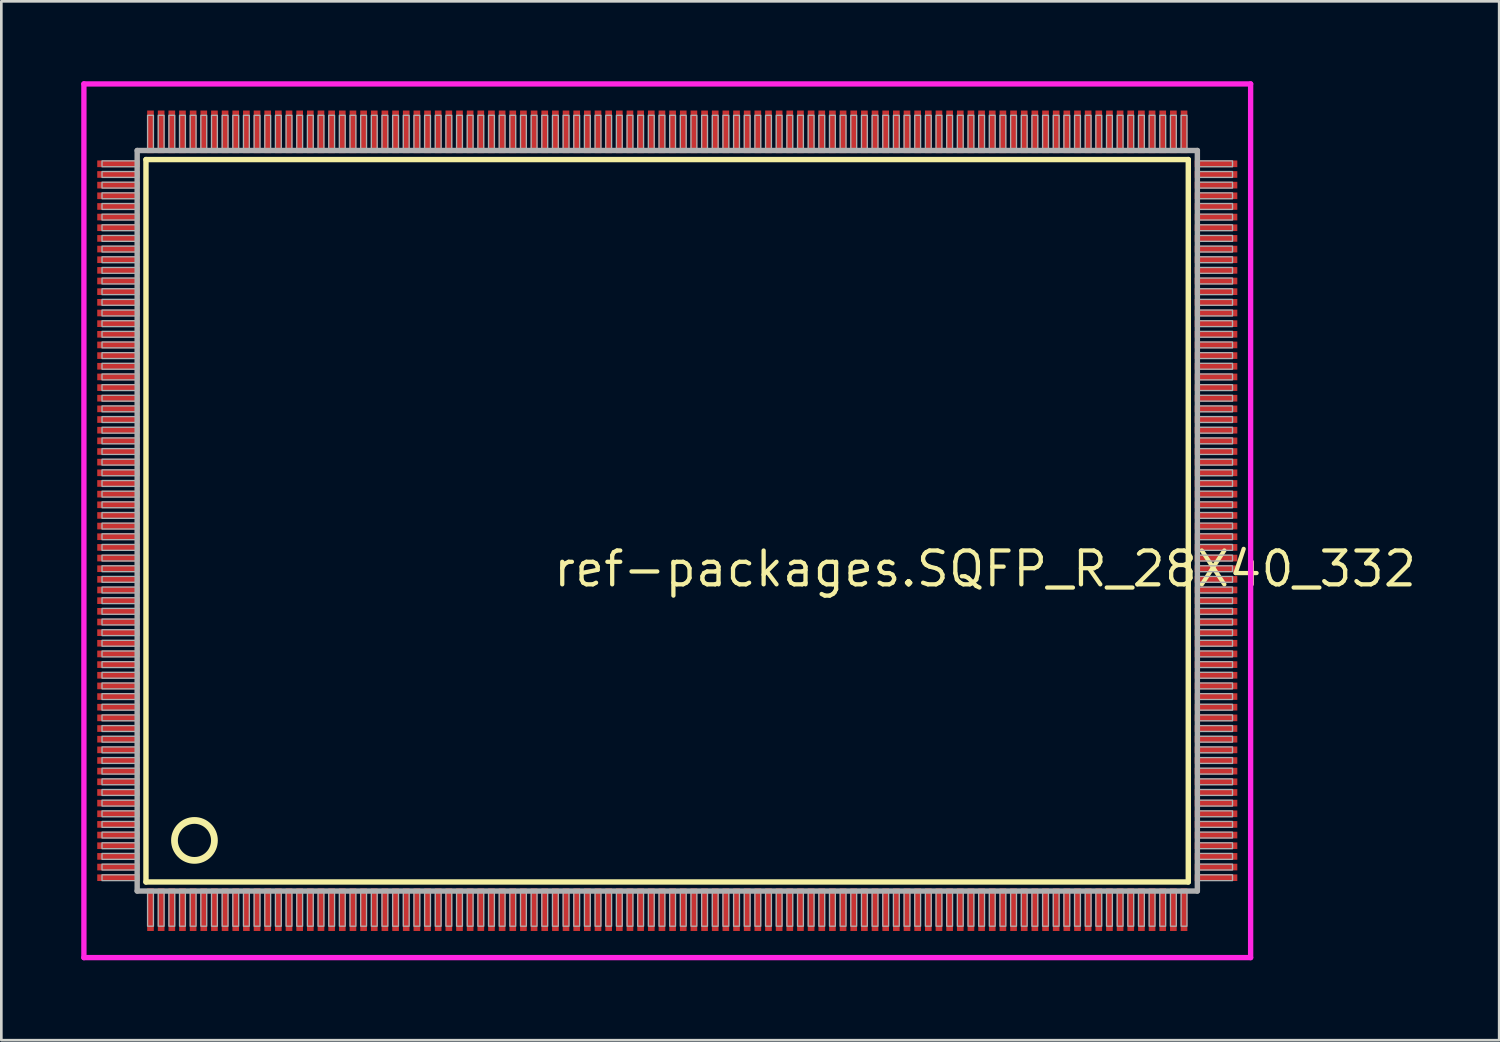
<source format=kicad_pcb>
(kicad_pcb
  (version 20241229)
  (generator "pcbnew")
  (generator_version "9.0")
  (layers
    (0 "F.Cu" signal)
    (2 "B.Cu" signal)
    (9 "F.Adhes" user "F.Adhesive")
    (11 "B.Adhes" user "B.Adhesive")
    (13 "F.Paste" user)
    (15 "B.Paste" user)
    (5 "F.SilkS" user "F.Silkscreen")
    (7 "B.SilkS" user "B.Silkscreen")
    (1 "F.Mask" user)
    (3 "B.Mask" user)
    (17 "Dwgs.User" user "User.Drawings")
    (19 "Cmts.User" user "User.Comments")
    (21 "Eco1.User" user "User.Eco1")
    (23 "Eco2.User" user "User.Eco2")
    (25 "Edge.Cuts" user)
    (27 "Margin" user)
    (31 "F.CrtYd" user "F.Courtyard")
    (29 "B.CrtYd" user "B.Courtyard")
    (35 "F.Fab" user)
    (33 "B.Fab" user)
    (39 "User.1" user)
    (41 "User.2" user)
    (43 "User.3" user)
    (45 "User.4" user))
  (footprint "ref-packages.SQFP_R_28X40_332"
    (layer "F.Cu")
    (at 22 16.5)
    (property "Reference" "ref-packages.SQFP_R_28X40_332" (at -4.35 2.55 0) (layer "F.SilkS") (effects (font (size 1.27 1.27) (thickness 0.16)) (justify left bottom)))
    (attr smd)
    (fp_line (start -19.57 -13.56) (end 19.56 -13.56) (stroke (width 0.203) (type default)) (layer "F.SilkS"))
    (fp_line (start -19.57 13.56) (end -19.57 -13.56) (stroke (width 0.203) (type default)) (layer "F.SilkS"))
    (fp_line (start 19.56 -13.56) (end 19.56 13.56) (stroke (width 0.203) (type default)) (layer "F.SilkS"))
    (fp_line (start 19.56 13.56) (end -19.57 13.56) (stroke (width 0.203) (type default)) (layer "F.SilkS"))
    (fp_circle (center -17.75 12) (end -17 12) (stroke (width 0.254) (type default)) (fill no) (layer "F.SilkS"))
    (fp_line (start -21.9 -16.4) (end 21.9 -16.4) (stroke (width 0.2) (type default)) (layer "F.CrtYd"))
    (fp_line (start -21.9 16.4) (end -21.9 -16.4) (stroke (width 0.2) (type default)) (layer "F.CrtYd"))
    (fp_line (start 21.9 -16.4) (end 21.9 16.4) (stroke (width 0.2) (type default)) (layer "F.CrtYd"))
    (fp_line (start 21.9 16.4) (end -21.9 16.4) (stroke (width 0.2) (type default)) (layer "F.CrtYd"))
    (fp_line (start -19.9 -13.9) (end -19.9 13.9) (stroke (width 0.203) (type default)) (layer "F.Fab"))
    (fp_line (start -19.9 13.9) (end 19.9 13.9) (stroke (width 0.203) (type default)) (layer "F.Fab"))
    (fp_line (start 19.9 -13.9) (end -19.9 -13.9) (stroke (width 0.203) (type default)) (layer "F.Fab"))
    (fp_line (start 19.9 13.9) (end 19.9 -13.9) (stroke (width 0.203) (type default)) (layer "F.Fab"))
    (fp_rect (start -21.22 -13.29) (end -19.95 -13.51) (stroke (width 0.05) (type default)) (fill no) (layer "F.Fab"))
    (fp_rect (start -21.22 -12.89) (end -19.95 -13.11) (stroke (width 0.05) (type default)) (fill no) (layer "F.Fab"))
    (fp_rect (start -21.22 -12.49) (end -19.95 -12.71) (stroke (width 0.05) (type default)) (fill no) (layer "F.Fab"))
    (fp_rect (start -21.22 -12.09) (end -19.95 -12.31) (stroke (width 0.05) (type default)) (fill no) (layer "F.Fab"))
    (fp_rect (start -21.22 -11.69) (end -19.95 -11.91) (stroke (width 0.05) (type default)) (fill no) (layer "F.Fab"))
    (fp_rect (start -21.22 -11.29) (end -19.95 -11.51) (stroke (width 0.05) (type default)) (fill no) (layer "F.Fab"))
    (fp_rect (start -21.22 -10.89) (end -19.95 -11.11) (stroke (width 0.05) (type default)) (fill no) (layer "F.Fab"))
    (fp_rect (start -21.22 -10.49) (end -19.95 -10.71) (stroke (width 0.05) (type default)) (fill no) (layer "F.Fab"))
    (fp_rect (start -21.22 -10.09) (end -19.95 -10.31) (stroke (width 0.05) (type default)) (fill no) (layer "F.Fab"))
    (fp_rect (start -21.22 -9.69) (end -19.95 -9.91) (stroke (width 0.05) (type default)) (fill no) (layer "F.Fab"))
    (fp_rect (start -21.22 -9.29) (end -19.95 -9.51) (stroke (width 0.05) (type default)) (fill no) (layer "F.Fab"))
    (fp_rect (start -21.22 -8.89) (end -19.95 -9.11) (stroke (width 0.05) (type default)) (fill no) (layer "F.Fab"))
    (fp_rect (start -21.22 -8.49) (end -19.95 -8.71) (stroke (width 0.05) (type default)) (fill no) (layer "F.Fab"))
    (fp_rect (start -21.22 -8.09) (end -19.95 -8.31) (stroke (width 0.05) (type default)) (fill no) (layer "F.Fab"))
    (fp_rect (start -21.22 -7.69) (end -19.95 -7.91) (stroke (width 0.05) (type default)) (fill no) (layer "F.Fab"))
    (fp_rect (start -21.22 -7.29) (end -19.95 -7.51) (stroke (width 0.05) (type default)) (fill no) (layer "F.Fab"))
    (fp_rect (start -21.22 -6.89) (end -19.95 -7.11) (stroke (width 0.05) (type default)) (fill no) (layer "F.Fab"))
    (fp_rect (start -21.22 -6.49) (end -19.95 -6.71) (stroke (width 0.05) (type default)) (fill no) (layer "F.Fab"))
    (fp_rect (start -21.22 -6.09) (end -19.95 -6.31) (stroke (width 0.05) (type default)) (fill no) (layer "F.Fab"))
    (fp_rect (start -21.22 -5.69) (end -19.95 -5.91) (stroke (width 0.05) (type default)) (fill no) (layer "F.Fab"))
    (fp_rect (start -21.22 -5.29) (end -19.95 -5.51) (stroke (width 0.05) (type default)) (fill no) (layer "F.Fab"))
    (fp_rect (start -21.22 -4.89) (end -19.95 -5.11) (stroke (width 0.05) (type default)) (fill no) (layer "F.Fab"))
    (fp_rect (start -21.22 -4.49) (end -19.95 -4.71) (stroke (width 0.05) (type default)) (fill no) (layer "F.Fab"))
    (fp_rect (start -21.22 -4.09) (end -19.95 -4.31) (stroke (width 0.05) (type default)) (fill no) (layer "F.Fab"))
    (fp_rect (start -21.22 -3.69) (end -19.95 -3.91) (stroke (width 0.05) (type default)) (fill no) (layer "F.Fab"))
    (fp_rect (start -21.22 -3.29) (end -19.95 -3.51) (stroke (width 0.05) (type default)) (fill no) (layer "F.Fab"))
    (fp_rect (start -21.22 -2.89) (end -19.95 -3.11) (stroke (width 0.05) (type default)) (fill no) (layer "F.Fab"))
    (fp_rect (start -21.22 -2.49) (end -19.95 -2.71) (stroke (width 0.05) (type default)) (fill no) (layer "F.Fab"))
    (fp_rect (start -21.22 -2.09) (end -19.95 -2.31) (stroke (width 0.05) (type default)) (fill no) (layer "F.Fab"))
    (fp_rect (start -21.22 -1.69) (end -19.95 -1.91) (stroke (width 0.05) (type default)) (fill no) (layer "F.Fab"))
    (fp_rect (start -21.22 -1.29) (end -19.95 -1.51) (stroke (width 0.05) (type default)) (fill no) (layer "F.Fab"))
    (fp_rect (start -21.22 -0.89) (end -19.95 -1.11) (stroke (width 0.05) (type default)) (fill no) (layer "F.Fab"))
    (fp_rect (start -21.22 -0.49) (end -19.95 -0.71) (stroke (width 0.05) (type default)) (fill no) (layer "F.Fab"))
    (fp_rect (start -21.22 -0.09) (end -19.95 -0.31) (stroke (width 0.05) (type default)) (fill no) (layer "F.Fab"))
    (fp_rect (start -21.22 0.31) (end -19.95 0.09) (stroke (width 0.05) (type default)) (fill no) (layer "F.Fab"))
    (fp_rect (start -21.22 0.71) (end -19.95 0.49) (stroke (width 0.05) (type default)) (fill no) (layer "F.Fab"))
    (fp_rect (start -21.22 1.11) (end -19.95 0.89) (stroke (width 0.05) (type default)) (fill no) (layer "F.Fab"))
    (fp_rect (start -21.22 1.51) (end -19.95 1.29) (stroke (width 0.05) (type default)) (fill no) (layer "F.Fab"))
    (fp_rect (start -21.22 1.91) (end -19.95 1.69) (stroke (width 0.05) (type default)) (fill no) (layer "F.Fab"))
    (fp_rect (start -21.22 2.31) (end -19.95 2.09) (stroke (width 0.05) (type default)) (fill no) (layer "F.Fab"))
    (fp_rect (start -21.22 2.71) (end -19.95 2.49) (stroke (width 0.05) (type default)) (fill no) (layer "F.Fab"))
    (fp_rect (start -21.22 3.11) (end -19.95 2.89) (stroke (width 0.05) (type default)) (fill no) (layer "F.Fab"))
    (fp_rect (start -21.22 3.51) (end -19.95 3.29) (stroke (width 0.05) (type default)) (fill no) (layer "F.Fab"))
    (fp_rect (start -21.22 3.91) (end -19.95 3.69) (stroke (width 0.05) (type default)) (fill no) (layer "F.Fab"))
    (fp_rect (start -21.22 4.31) (end -19.95 4.09) (stroke (width 0.05) (type default)) (fill no) (layer "F.Fab"))
    (fp_rect (start -21.22 4.71) (end -19.95 4.49) (stroke (width 0.05) (type default)) (fill no) (layer "F.Fab"))
    (fp_rect (start -21.22 5.11) (end -19.95 4.89) (stroke (width 0.05) (type default)) (fill no) (layer "F.Fab"))
    (fp_rect (start -21.22 5.51) (end -19.95 5.29) (stroke (width 0.05) (type default)) (fill no) (layer "F.Fab"))
    (fp_rect (start -21.22 5.91) (end -19.95 5.69) (stroke (width 0.05) (type default)) (fill no) (layer "F.Fab"))
    (fp_rect (start -21.22 6.31) (end -19.95 6.09) (stroke (width 0.05) (type default)) (fill no) (layer "F.Fab"))
    (fp_rect (start -21.22 6.71) (end -19.95 6.49) (stroke (width 0.05) (type default)) (fill no) (layer "F.Fab"))
    (fp_rect (start -21.22 7.11) (end -19.95 6.89) (stroke (width 0.05) (type default)) (fill no) (layer "F.Fab"))
    (fp_rect (start -21.22 7.51) (end -19.95 7.29) (stroke (width 0.05) (type default)) (fill no) (layer "F.Fab"))
    (fp_rect (start -21.22 7.91) (end -19.95 7.69) (stroke (width 0.05) (type default)) (fill no) (layer "F.Fab"))
    (fp_rect (start -21.22 8.31) (end -19.95 8.09) (stroke (width 0.05) (type default)) (fill no) (layer "F.Fab"))
    (fp_rect (start -21.22 8.71) (end -19.95 8.49) (stroke (width 0.05) (type default)) (fill no) (layer "F.Fab"))
    (fp_rect (start -21.22 9.11) (end -19.95 8.89) (stroke (width 0.05) (type default)) (fill no) (layer "F.Fab"))
    (fp_rect (start -21.22 9.51) (end -19.95 9.29) (stroke (width 0.05) (type default)) (fill no) (layer "F.Fab"))
    (fp_rect (start -21.22 9.91) (end -19.95 9.69) (stroke (width 0.05) (type default)) (fill no) (layer "F.Fab"))
    (fp_rect (start -21.22 10.31) (end -19.95 10.09) (stroke (width 0.05) (type default)) (fill no) (layer "F.Fab"))
    (fp_rect (start -21.22 10.71) (end -19.95 10.49) (stroke (width 0.05) (type default)) (fill no) (layer "F.Fab"))
    (fp_rect (start -21.22 11.11) (end -19.95 10.89) (stroke (width 0.05) (type default)) (fill no) (layer "F.Fab"))
    (fp_rect (start -21.22 11.51) (end -19.95 11.29) (stroke (width 0.05) (type default)) (fill no) (layer "F.Fab"))
    (fp_rect (start -21.22 11.91) (end -19.95 11.69) (stroke (width 0.05) (type default)) (fill no) (layer "F.Fab"))
    (fp_rect (start -21.22 12.31) (end -19.95 12.09) (stroke (width 0.05) (type default)) (fill no) (layer "F.Fab"))
    (fp_rect (start -21.22 12.71) (end -19.95 12.49) (stroke (width 0.05) (type default)) (fill no) (layer "F.Fab"))
    (fp_rect (start -21.22 13.11) (end -19.95 12.89) (stroke (width 0.05) (type default)) (fill no) (layer "F.Fab"))
    (fp_rect (start -21.22 13.51) (end -19.95 13.29) (stroke (width 0.05) (type default)) (fill no) (layer "F.Fab"))
    (fp_rect (start -19.51 -13.95) (end -19.29 -15.22) (stroke (width 0.05) (type default)) (fill no) (layer "F.Fab"))
    (fp_rect (start -19.51 15.22) (end -19.29 13.95) (stroke (width 0.05) (type default)) (fill no) (layer "F.Fab"))
    (fp_rect (start -19.11 -13.95) (end -18.89 -15.22) (stroke (width 0.05) (type default)) (fill no) (layer "F.Fab"))
    (fp_rect (start -19.11 15.22) (end -18.89 13.95) (stroke (width 0.05) (type default)) (fill no) (layer "F.Fab"))
    (fp_rect (start -18.71 -13.95) (end -18.49 -15.22) (stroke (width 0.05) (type default)) (fill no) (layer "F.Fab"))
    (fp_rect (start -18.71 15.22) (end -18.49 13.95) (stroke (width 0.05) (type default)) (fill no) (layer "F.Fab"))
    (fp_rect (start -18.31 -13.95) (end -18.09 -15.22) (stroke (width 0.05) (type default)) (fill no) (layer "F.Fab"))
    (fp_rect (start -18.31 15.22) (end -18.09 13.95) (stroke (width 0.05) (type default)) (fill no) (layer "F.Fab"))
    (fp_rect (start -17.91 -13.95) (end -17.69 -15.22) (stroke (width 0.05) (type default)) (fill no) (layer "F.Fab"))
    (fp_rect (start -17.91 15.22) (end -17.69 13.95) (stroke (width 0.05) (type default)) (fill no) (layer "F.Fab"))
    (fp_rect (start -17.51 -13.95) (end -17.29 -15.22) (stroke (width 0.05) (type default)) (fill no) (layer "F.Fab"))
    (fp_rect (start -17.51 15.22) (end -17.29 13.95) (stroke (width 0.05) (type default)) (fill no) (layer "F.Fab"))
    (fp_rect (start -17.11 -13.95) (end -16.89 -15.22) (stroke (width 0.05) (type default)) (fill no) (layer "F.Fab"))
    (fp_rect (start -17.11 15.22) (end -16.89 13.95) (stroke (width 0.05) (type default)) (fill no) (layer "F.Fab"))
    (fp_rect (start -16.71 -13.95) (end -16.49 -15.22) (stroke (width 0.05) (type default)) (fill no) (layer "F.Fab"))
    (fp_rect (start -16.71 15.22) (end -16.49 13.95) (stroke (width 0.05) (type default)) (fill no) (layer "F.Fab"))
    (fp_rect (start -16.31 -13.95) (end -16.09 -15.22) (stroke (width 0.05) (type default)) (fill no) (layer "F.Fab"))
    (fp_rect (start -16.31 15.22) (end -16.09 13.95) (stroke (width 0.05) (type default)) (fill no) (layer "F.Fab"))
    (fp_rect (start -15.91 -13.95) (end -15.69 -15.22) (stroke (width 0.05) (type default)) (fill no) (layer "F.Fab"))
    (fp_rect (start -15.91 15.22) (end -15.69 13.95) (stroke (width 0.05) (type default)) (fill no) (layer "F.Fab"))
    (fp_rect (start -15.51 -13.95) (end -15.29 -15.22) (stroke (width 0.05) (type default)) (fill no) (layer "F.Fab"))
    (fp_rect (start -15.51 15.22) (end -15.29 13.95) (stroke (width 0.05) (type default)) (fill no) (layer "F.Fab"))
    (fp_rect (start -15.11 -13.95) (end -14.89 -15.22) (stroke (width 0.05) (type default)) (fill no) (layer "F.Fab"))
    (fp_rect (start -15.11 15.22) (end -14.89 13.95) (stroke (width 0.05) (type default)) (fill no) (layer "F.Fab"))
    (fp_rect (start -14.71 -13.95) (end -14.49 -15.22) (stroke (width 0.05) (type default)) (fill no) (layer "F.Fab"))
    (fp_rect (start -14.71 15.22) (end -14.49 13.95) (stroke (width 0.05) (type default)) (fill no) (layer "F.Fab"))
    (fp_rect (start -14.31 -13.95) (end -14.09 -15.22) (stroke (width 0.05) (type default)) (fill no) (layer "F.Fab"))
    (fp_rect (start -14.31 15.22) (end -14.09 13.95) (stroke (width 0.05) (type default)) (fill no) (layer "F.Fab"))
    (fp_rect (start -13.91 -13.95) (end -13.69 -15.22) (stroke (width 0.05) (type default)) (fill no) (layer "F.Fab"))
    (fp_rect (start -13.91 15.22) (end -13.69 13.95) (stroke (width 0.05) (type default)) (fill no) (layer "F.Fab"))
    (fp_rect (start -13.51 -13.95) (end -13.29 -15.22) (stroke (width 0.05) (type default)) (fill no) (layer "F.Fab"))
    (fp_rect (start -13.51 15.22) (end -13.29 13.95) (stroke (width 0.05) (type default)) (fill no) (layer "F.Fab"))
    (fp_rect (start -13.11 -13.95) (end -12.89 -15.22) (stroke (width 0.05) (type default)) (fill no) (layer "F.Fab"))
    (fp_rect (start -13.11 15.22) (end -12.89 13.95) (stroke (width 0.05) (type default)) (fill no) (layer "F.Fab"))
    (fp_rect (start -12.71 -13.95) (end -12.49 -15.22) (stroke (width 0.05) (type default)) (fill no) (layer "F.Fab"))
    (fp_rect (start -12.71 15.22) (end -12.49 13.95) (stroke (width 0.05) (type default)) (fill no) (layer "F.Fab"))
    (fp_rect (start -12.31 -13.95) (end -12.09 -15.22) (stroke (width 0.05) (type default)) (fill no) (layer "F.Fab"))
    (fp_rect (start -12.31 15.22) (end -12.09 13.95) (stroke (width 0.05) (type default)) (fill no) (layer "F.Fab"))
    (fp_rect (start -11.91 -13.95) (end -11.69 -15.22) (stroke (width 0.05) (type default)) (fill no) (layer "F.Fab"))
    (fp_rect (start -11.91 15.22) (end -11.69 13.95) (stroke (width 0.05) (type default)) (fill no) (layer "F.Fab"))
    (fp_rect (start -11.51 -13.95) (end -11.29 -15.22) (stroke (width 0.05) (type default)) (fill no) (layer "F.Fab"))
    (fp_rect (start -11.51 15.22) (end -11.29 13.95) (stroke (width 0.05) (type default)) (fill no) (layer "F.Fab"))
    (fp_rect (start -11.11 -13.95) (end -10.89 -15.22) (stroke (width 0.05) (type default)) (fill no) (layer "F.Fab"))
    (fp_rect (start -11.11 15.22) (end -10.89 13.95) (stroke (width 0.05) (type default)) (fill no) (layer "F.Fab"))
    (fp_rect (start -10.71 -13.95) (end -10.49 -15.22) (stroke (width 0.05) (type default)) (fill no) (layer "F.Fab"))
    (fp_rect (start -10.71 15.22) (end -10.49 13.95) (stroke (width 0.05) (type default)) (fill no) (layer "F.Fab"))
    (fp_rect (start -10.31 -13.95) (end -10.09 -15.22) (stroke (width 0.05) (type default)) (fill no) (layer "F.Fab"))
    (fp_rect (start -10.31 15.22) (end -10.09 13.95) (stroke (width 0.05) (type default)) (fill no) (layer "F.Fab"))
    (fp_rect (start -9.91 -13.95) (end -9.69 -15.22) (stroke (width 0.05) (type default)) (fill no) (layer "F.Fab"))
    (fp_rect (start -9.91 15.22) (end -9.69 13.95) (stroke (width 0.05) (type default)) (fill no) (layer "F.Fab"))
    (fp_rect (start -9.51 -13.95) (end -9.29 -15.22) (stroke (width 0.05) (type default)) (fill no) (layer "F.Fab"))
    (fp_rect (start -9.51 15.22) (end -9.29 13.95) (stroke (width 0.05) (type default)) (fill no) (layer "F.Fab"))
    (fp_rect (start -9.11 -13.95) (end -8.89 -15.22) (stroke (width 0.05) (type default)) (fill no) (layer "F.Fab"))
    (fp_rect (start -9.11 15.22) (end -8.89 13.95) (stroke (width 0.05) (type default)) (fill no) (layer "F.Fab"))
    (fp_rect (start -8.71 -13.95) (end -8.49 -15.22) (stroke (width 0.05) (type default)) (fill no) (layer "F.Fab"))
    (fp_rect (start -8.71 15.22) (end -8.49 13.95) (stroke (width 0.05) (type default)) (fill no) (layer "F.Fab"))
    (fp_rect (start -8.31 -13.95) (end -8.09 -15.22) (stroke (width 0.05) (type default)) (fill no) (layer "F.Fab"))
    (fp_rect (start -8.31 15.22) (end -8.09 13.95) (stroke (width 0.05) (type default)) (fill no) (layer "F.Fab"))
    (fp_rect (start -7.91 -13.95) (end -7.69 -15.22) (stroke (width 0.05) (type default)) (fill no) (layer "F.Fab"))
    (fp_rect (start -7.91 15.22) (end -7.69 13.95) (stroke (width 0.05) (type default)) (fill no) (layer "F.Fab"))
    (fp_rect (start -7.51 -13.95) (end -7.29 -15.22) (stroke (width 0.05) (type default)) (fill no) (layer "F.Fab"))
    (fp_rect (start -7.51 15.22) (end -7.29 13.95) (stroke (width 0.05) (type default)) (fill no) (layer "F.Fab"))
    (fp_rect (start -7.11 -13.95) (end -6.89 -15.22) (stroke (width 0.05) (type default)) (fill no) (layer "F.Fab"))
    (fp_rect (start -7.11 15.22) (end -6.89 13.95) (stroke (width 0.05) (type default)) (fill no) (layer "F.Fab"))
    (fp_rect (start -6.71 -13.95) (end -6.49 -15.22) (stroke (width 0.05) (type default)) (fill no) (layer "F.Fab"))
    (fp_rect (start -6.71 15.22) (end -6.49 13.95) (stroke (width 0.05) (type default)) (fill no) (layer "F.Fab"))
    (fp_rect (start -6.31 -13.95) (end -6.09 -15.22) (stroke (width 0.05) (type default)) (fill no) (layer "F.Fab"))
    (fp_rect (start -6.31 15.22) (end -6.09 13.95) (stroke (width 0.05) (type default)) (fill no) (layer "F.Fab"))
    (fp_rect (start -5.91 -13.95) (end -5.69 -15.22) (stroke (width 0.05) (type default)) (fill no) (layer "F.Fab"))
    (fp_rect (start -5.91 15.22) (end -5.69 13.95) (stroke (width 0.05) (type default)) (fill no) (layer "F.Fab"))
    (fp_rect (start -5.51 -13.95) (end -5.29 -15.22) (stroke (width 0.05) (type default)) (fill no) (layer "F.Fab"))
    (fp_rect (start -5.51 15.22) (end -5.29 13.95) (stroke (width 0.05) (type default)) (fill no) (layer "F.Fab"))
    (fp_rect (start -5.11 -13.95) (end -4.89 -15.22) (stroke (width 0.05) (type default)) (fill no) (layer "F.Fab"))
    (fp_rect (start -5.11 15.22) (end -4.89 13.95) (stroke (width 0.05) (type default)) (fill no) (layer "F.Fab"))
    (fp_rect (start -4.71 -13.95) (end -4.49 -15.22) (stroke (width 0.05) (type default)) (fill no) (layer "F.Fab"))
    (fp_rect (start -4.71 15.22) (end -4.49 13.95) (stroke (width 0.05) (type default)) (fill no) (layer "F.Fab"))
    (fp_rect (start -4.31 -13.95) (end -4.09 -15.22) (stroke (width 0.05) (type default)) (fill no) (layer "F.Fab"))
    (fp_rect (start -4.31 15.22) (end -4.09 13.95) (stroke (width 0.05) (type default)) (fill no) (layer "F.Fab"))
    (fp_rect (start -3.91 -13.95) (end -3.69 -15.22) (stroke (width 0.05) (type default)) (fill no) (layer "F.Fab"))
    (fp_rect (start -3.91 15.22) (end -3.69 13.95) (stroke (width 0.05) (type default)) (fill no) (layer "F.Fab"))
    (fp_rect (start -3.51 -13.95) (end -3.29 -15.22) (stroke (width 0.05) (type default)) (fill no) (layer "F.Fab"))
    (fp_rect (start -3.51 15.22) (end -3.29 13.95) (stroke (width 0.05) (type default)) (fill no) (layer "F.Fab"))
    (fp_rect (start -3.11 -13.95) (end -2.89 -15.22) (stroke (width 0.05) (type default)) (fill no) (layer "F.Fab"))
    (fp_rect (start -3.11 15.22) (end -2.89 13.95) (stroke (width 0.05) (type default)) (fill no) (layer "F.Fab"))
    (fp_rect (start -2.71 -13.95) (end -2.49 -15.22) (stroke (width 0.05) (type default)) (fill no) (layer "F.Fab"))
    (fp_rect (start -2.71 15.22) (end -2.49 13.95) (stroke (width 0.05) (type default)) (fill no) (layer "F.Fab"))
    (fp_rect (start -2.31 -13.95) (end -2.09 -15.22) (stroke (width 0.05) (type default)) (fill no) (layer "F.Fab"))
    (fp_rect (start -2.31 15.22) (end -2.09 13.95) (stroke (width 0.05) (type default)) (fill no) (layer "F.Fab"))
    (fp_rect (start -1.91 -13.95) (end -1.69 -15.22) (stroke (width 0.05) (type default)) (fill no) (layer "F.Fab"))
    (fp_rect (start -1.91 15.22) (end -1.69 13.95) (stroke (width 0.05) (type default)) (fill no) (layer "F.Fab"))
    (fp_rect (start -1.51 -13.95) (end -1.29 -15.22) (stroke (width 0.05) (type default)) (fill no) (layer "F.Fab"))
    (fp_rect (start -1.51 15.22) (end -1.29 13.95) (stroke (width 0.05) (type default)) (fill no) (layer "F.Fab"))
    (fp_rect (start -1.11 -13.95) (end -0.89 -15.22) (stroke (width 0.05) (type default)) (fill no) (layer "F.Fab"))
    (fp_rect (start -1.11 15.22) (end -0.89 13.95) (stroke (width 0.05) (type default)) (fill no) (layer "F.Fab"))
    (fp_rect (start -0.71 -13.95) (end -0.49 -15.22) (stroke (width 0.05) (type default)) (fill no) (layer "F.Fab"))
    (fp_rect (start -0.71 15.22) (end -0.49 13.95) (stroke (width 0.05) (type default)) (fill no) (layer "F.Fab"))
    (fp_rect (start -0.31 -13.95) (end -0.09 -15.22) (stroke (width 0.05) (type default)) (fill no) (layer "F.Fab"))
    (fp_rect (start -0.31 15.22) (end -0.09 13.95) (stroke (width 0.05) (type default)) (fill no) (layer "F.Fab"))
    (fp_rect (start 0.09 -13.95) (end 0.31 -15.22) (stroke (width 0.05) (type default)) (fill no) (layer "F.Fab"))
    (fp_rect (start 0.09 15.22) (end 0.31 13.95) (stroke (width 0.05) (type default)) (fill no) (layer "F.Fab"))
    (fp_rect (start 0.49 -13.95) (end 0.71 -15.22) (stroke (width 0.05) (type default)) (fill no) (layer "F.Fab"))
    (fp_rect (start 0.49 15.22) (end 0.71 13.95) (stroke (width 0.05) (type default)) (fill no) (layer "F.Fab"))
    (fp_rect (start 0.89 -13.95) (end 1.11 -15.22) (stroke (width 0.05) (type default)) (fill no) (layer "F.Fab"))
    (fp_rect (start 0.89 15.22) (end 1.11 13.95) (stroke (width 0.05) (type default)) (fill no) (layer "F.Fab"))
    (fp_rect (start 1.29 -13.95) (end 1.51 -15.22) (stroke (width 0.05) (type default)) (fill no) (layer "F.Fab"))
    (fp_rect (start 1.29 15.22) (end 1.51 13.95) (stroke (width 0.05) (type default)) (fill no) (layer "F.Fab"))
    (fp_rect (start 1.69 -13.95) (end 1.91 -15.22) (stroke (width 0.05) (type default)) (fill no) (layer "F.Fab"))
    (fp_rect (start 1.69 15.22) (end 1.91 13.95) (stroke (width 0.05) (type default)) (fill no) (layer "F.Fab"))
    (fp_rect (start 2.09 -13.95) (end 2.31 -15.22) (stroke (width 0.05) (type default)) (fill no) (layer "F.Fab"))
    (fp_rect (start 2.09 15.22) (end 2.31 13.95) (stroke (width 0.05) (type default)) (fill no) (layer "F.Fab"))
    (fp_rect (start 2.49 -13.95) (end 2.71 -15.22) (stroke (width 0.05) (type default)) (fill no) (layer "F.Fab"))
    (fp_rect (start 2.49 15.22) (end 2.71 13.95) (stroke (width 0.05) (type default)) (fill no) (layer "F.Fab"))
    (fp_rect (start 2.89 -13.95) (end 3.11 -15.22) (stroke (width 0.05) (type default)) (fill no) (layer "F.Fab"))
    (fp_rect (start 2.89 15.22) (end 3.11 13.95) (stroke (width 0.05) (type default)) (fill no) (layer "F.Fab"))
    (fp_rect (start 3.29 -13.95) (end 3.51 -15.22) (stroke (width 0.05) (type default)) (fill no) (layer "F.Fab"))
    (fp_rect (start 3.29 15.22) (end 3.51 13.95) (stroke (width 0.05) (type default)) (fill no) (layer "F.Fab"))
    (fp_rect (start 3.69 -13.95) (end 3.91 -15.22) (stroke (width 0.05) (type default)) (fill no) (layer "F.Fab"))
    (fp_rect (start 3.69 15.22) (end 3.91 13.95) (stroke (width 0.05) (type default)) (fill no) (layer "F.Fab"))
    (fp_rect (start 4.09 -13.95) (end 4.31 -15.22) (stroke (width 0.05) (type default)) (fill no) (layer "F.Fab"))
    (fp_rect (start 4.09 15.22) (end 4.31 13.95) (stroke (width 0.05) (type default)) (fill no) (layer "F.Fab"))
    (fp_rect (start 4.49 -13.95) (end 4.71 -15.22) (stroke (width 0.05) (type default)) (fill no) (layer "F.Fab"))
    (fp_rect (start 4.49 15.22) (end 4.71 13.95) (stroke (width 0.05) (type default)) (fill no) (layer "F.Fab"))
    (fp_rect (start 4.89 -13.95) (end 5.11 -15.22) (stroke (width 0.05) (type default)) (fill no) (layer "F.Fab"))
    (fp_rect (start 4.89 15.22) (end 5.11 13.95) (stroke (width 0.05) (type default)) (fill no) (layer "F.Fab"))
    (fp_rect (start 5.29 -13.95) (end 5.51 -15.22) (stroke (width 0.05) (type default)) (fill no) (layer "F.Fab"))
    (fp_rect (start 5.29 15.22) (end 5.51 13.95) (stroke (width 0.05) (type default)) (fill no) (layer "F.Fab"))
    (fp_rect (start 5.69 -13.95) (end 5.91 -15.22) (stroke (width 0.05) (type default)) (fill no) (layer "F.Fab"))
    (fp_rect (start 5.69 15.22) (end 5.91 13.95) (stroke (width 0.05) (type default)) (fill no) (layer "F.Fab"))
    (fp_rect (start 6.09 -13.95) (end 6.31 -15.22) (stroke (width 0.05) (type default)) (fill no) (layer "F.Fab"))
    (fp_rect (start 6.09 15.22) (end 6.31 13.95) (stroke (width 0.05) (type default)) (fill no) (layer "F.Fab"))
    (fp_rect (start 6.49 -13.95) (end 6.71 -15.22) (stroke (width 0.05) (type default)) (fill no) (layer "F.Fab"))
    (fp_rect (start 6.49 15.22) (end 6.71 13.95) (stroke (width 0.05) (type default)) (fill no) (layer "F.Fab"))
    (fp_rect (start 6.89 -13.95) (end 7.11 -15.22) (stroke (width 0.05) (type default)) (fill no) (layer "F.Fab"))
    (fp_rect (start 6.89 15.22) (end 7.11 13.95) (stroke (width 0.05) (type default)) (fill no) (layer "F.Fab"))
    (fp_rect (start 7.29 -13.95) (end 7.51 -15.22) (stroke (width 0.05) (type default)) (fill no) (layer "F.Fab"))
    (fp_rect (start 7.29 15.22) (end 7.51 13.95) (stroke (width 0.05) (type default)) (fill no) (layer "F.Fab"))
    (fp_rect (start 7.69 -13.95) (end 7.91 -15.22) (stroke (width 0.05) (type default)) (fill no) (layer "F.Fab"))
    (fp_rect (start 7.69 15.22) (end 7.91 13.95) (stroke (width 0.05) (type default)) (fill no) (layer "F.Fab"))
    (fp_rect (start 8.09 -13.95) (end 8.31 -15.22) (stroke (width 0.05) (type default)) (fill no) (layer "F.Fab"))
    (fp_rect (start 8.09 15.22) (end 8.31 13.95) (stroke (width 0.05) (type default)) (fill no) (layer "F.Fab"))
    (fp_rect (start 8.49 -13.95) (end 8.71 -15.22) (stroke (width 0.05) (type default)) (fill no) (layer "F.Fab"))
    (fp_rect (start 8.49 15.22) (end 8.71 13.95) (stroke (width 0.05) (type default)) (fill no) (layer "F.Fab"))
    (fp_rect (start 8.89 -13.95) (end 9.11 -15.22) (stroke (width 0.05) (type default)) (fill no) (layer "F.Fab"))
    (fp_rect (start 8.89 15.22) (end 9.11 13.95) (stroke (width 0.05) (type default)) (fill no) (layer "F.Fab"))
    (fp_rect (start 9.29 -13.95) (end 9.51 -15.22) (stroke (width 0.05) (type default)) (fill no) (layer "F.Fab"))
    (fp_rect (start 9.29 15.22) (end 9.51 13.95) (stroke (width 0.05) (type default)) (fill no) (layer "F.Fab"))
    (fp_rect (start 9.69 -13.95) (end 9.91 -15.22) (stroke (width 0.05) (type default)) (fill no) (layer "F.Fab"))
    (fp_rect (start 9.69 15.22) (end 9.91 13.95) (stroke (width 0.05) (type default)) (fill no) (layer "F.Fab"))
    (fp_rect (start 10.09 -13.95) (end 10.31 -15.22) (stroke (width 0.05) (type default)) (fill no) (layer "F.Fab"))
    (fp_rect (start 10.09 15.22) (end 10.31 13.95) (stroke (width 0.05) (type default)) (fill no) (layer "F.Fab"))
    (fp_rect (start 10.49 -13.95) (end 10.71 -15.22) (stroke (width 0.05) (type default)) (fill no) (layer "F.Fab"))
    (fp_rect (start 10.49 15.22) (end 10.71 13.95) (stroke (width 0.05) (type default)) (fill no) (layer "F.Fab"))
    (fp_rect (start 10.89 -13.95) (end 11.11 -15.22) (stroke (width 0.05) (type default)) (fill no) (layer "F.Fab"))
    (fp_rect (start 10.89 15.22) (end 11.11 13.95) (stroke (width 0.05) (type default)) (fill no) (layer "F.Fab"))
    (fp_rect (start 11.29 -13.95) (end 11.51 -15.22) (stroke (width 0.05) (type default)) (fill no) (layer "F.Fab"))
    (fp_rect (start 11.29 15.22) (end 11.51 13.95) (stroke (width 0.05) (type default)) (fill no) (layer "F.Fab"))
    (fp_rect (start 11.69 -13.95) (end 11.91 -15.22) (stroke (width 0.05) (type default)) (fill no) (layer "F.Fab"))
    (fp_rect (start 11.69 15.22) (end 11.91 13.95) (stroke (width 0.05) (type default)) (fill no) (layer "F.Fab"))
    (fp_rect (start 12.09 -13.95) (end 12.31 -15.22) (stroke (width 0.05) (type default)) (fill no) (layer "F.Fab"))
    (fp_rect (start 12.09 15.22) (end 12.31 13.95) (stroke (width 0.05) (type default)) (fill no) (layer "F.Fab"))
    (fp_rect (start 12.49 -13.95) (end 12.71 -15.22) (stroke (width 0.05) (type default)) (fill no) (layer "F.Fab"))
    (fp_rect (start 12.49 15.22) (end 12.71 13.95) (stroke (width 0.05) (type default)) (fill no) (layer "F.Fab"))
    (fp_rect (start 12.89 -13.95) (end 13.11 -15.22) (stroke (width 0.05) (type default)) (fill no) (layer "F.Fab"))
    (fp_rect (start 12.89 15.22) (end 13.11 13.95) (stroke (width 0.05) (type default)) (fill no) (layer "F.Fab"))
    (fp_rect (start 13.29 -13.95) (end 13.51 -15.22) (stroke (width 0.05) (type default)) (fill no) (layer "F.Fab"))
    (fp_rect (start 13.29 15.22) (end 13.51 13.95) (stroke (width 0.05) (type default)) (fill no) (layer "F.Fab"))
    (fp_rect (start 13.69 -13.95) (end 13.91 -15.22) (stroke (width 0.05) (type default)) (fill no) (layer "F.Fab"))
    (fp_rect (start 13.69 15.22) (end 13.91 13.95) (stroke (width 0.05) (type default)) (fill no) (layer "F.Fab"))
    (fp_rect (start 14.09 -13.95) (end 14.31 -15.22) (stroke (width 0.05) (type default)) (fill no) (layer "F.Fab"))
    (fp_rect (start 14.09 15.22) (end 14.31 13.95) (stroke (width 0.05) (type default)) (fill no) (layer "F.Fab"))
    (fp_rect (start 14.49 -13.95) (end 14.71 -15.22) (stroke (width 0.05) (type default)) (fill no) (layer "F.Fab"))
    (fp_rect (start 14.49 15.22) (end 14.71 13.95) (stroke (width 0.05) (type default)) (fill no) (layer "F.Fab"))
    (fp_rect (start 14.89 -13.95) (end 15.11 -15.22) (stroke (width 0.05) (type default)) (fill no) (layer "F.Fab"))
    (fp_rect (start 14.89 15.22) (end 15.11 13.95) (stroke (width 0.05) (type default)) (fill no) (layer "F.Fab"))
    (fp_rect (start 15.29 -13.95) (end 15.51 -15.22) (stroke (width 0.05) (type default)) (fill no) (layer "F.Fab"))
    (fp_rect (start 15.29 15.22) (end 15.51 13.95) (stroke (width 0.05) (type default)) (fill no) (layer "F.Fab"))
    (fp_rect (start 15.69 -13.95) (end 15.91 -15.22) (stroke (width 0.05) (type default)) (fill no) (layer "F.Fab"))
    (fp_rect (start 15.69 15.22) (end 15.91 13.95) (stroke (width 0.05) (type default)) (fill no) (layer "F.Fab"))
    (fp_rect (start 16.09 -13.95) (end 16.31 -15.22) (stroke (width 0.05) (type default)) (fill no) (layer "F.Fab"))
    (fp_rect (start 16.09 15.22) (end 16.31 13.95) (stroke (width 0.05) (type default)) (fill no) (layer "F.Fab"))
    (fp_rect (start 16.49 -13.95) (end 16.71 -15.22) (stroke (width 0.05) (type default)) (fill no) (layer "F.Fab"))
    (fp_rect (start 16.49 15.22) (end 16.71 13.95) (stroke (width 0.05) (type default)) (fill no) (layer "F.Fab"))
    (fp_rect (start 16.89 -13.95) (end 17.11 -15.22) (stroke (width 0.05) (type default)) (fill no) (layer "F.Fab"))
    (fp_rect (start 16.89 15.22) (end 17.11 13.95) (stroke (width 0.05) (type default)) (fill no) (layer "F.Fab"))
    (fp_rect (start 17.29 -13.95) (end 17.51 -15.22) (stroke (width 0.05) (type default)) (fill no) (layer "F.Fab"))
    (fp_rect (start 17.29 15.22) (end 17.51 13.95) (stroke (width 0.05) (type default)) (fill no) (layer "F.Fab"))
    (fp_rect (start 17.69 -13.95) (end 17.91 -15.22) (stroke (width 0.05) (type default)) (fill no) (layer "F.Fab"))
    (fp_rect (start 17.69 15.22) (end 17.91 13.95) (stroke (width 0.05) (type default)) (fill no) (layer "F.Fab"))
    (fp_rect (start 18.09 -13.95) (end 18.31 -15.22) (stroke (width 0.05) (type default)) (fill no) (layer "F.Fab"))
    (fp_rect (start 18.09 15.22) (end 18.31 13.95) (stroke (width 0.05) (type default)) (fill no) (layer "F.Fab"))
    (fp_rect (start 18.49 -13.95) (end 18.71 -15.22) (stroke (width 0.05) (type default)) (fill no) (layer "F.Fab"))
    (fp_rect (start 18.49 15.22) (end 18.71 13.95) (stroke (width 0.05) (type default)) (fill no) (layer "F.Fab"))
    (fp_rect (start 18.89 -13.95) (end 19.11 -15.22) (stroke (width 0.05) (type default)) (fill no) (layer "F.Fab"))
    (fp_rect (start 18.89 15.22) (end 19.11 13.95) (stroke (width 0.05) (type default)) (fill no) (layer "F.Fab"))
    (fp_rect (start 19.29 -13.95) (end 19.51 -15.22) (stroke (width 0.05) (type default)) (fill no) (layer "F.Fab"))
    (fp_rect (start 19.29 15.22) (end 19.51 13.95) (stroke (width 0.05) (type default)) (fill no) (layer "F.Fab"))
    (fp_rect (start 19.95 -13.29) (end 21.22 -13.51) (stroke (width 0.05) (type default)) (fill no) (layer "F.Fab"))
    (fp_rect (start 19.95 -12.89) (end 21.22 -13.11) (stroke (width 0.05) (type default)) (fill no) (layer "F.Fab"))
    (fp_rect (start 19.95 -12.49) (end 21.22 -12.71) (stroke (width 0.05) (type default)) (fill no) (layer "F.Fab"))
    (fp_rect (start 19.95 -12.09) (end 21.22 -12.31) (stroke (width 0.05) (type default)) (fill no) (layer "F.Fab"))
    (fp_rect (start 19.95 -11.69) (end 21.22 -11.91) (stroke (width 0.05) (type default)) (fill no) (layer "F.Fab"))
    (fp_rect (start 19.95 -11.29) (end 21.22 -11.51) (stroke (width 0.05) (type default)) (fill no) (layer "F.Fab"))
    (fp_rect (start 19.95 -10.89) (end 21.22 -11.11) (stroke (width 0.05) (type default)) (fill no) (layer "F.Fab"))
    (fp_rect (start 19.95 -10.49) (end 21.22 -10.71) (stroke (width 0.05) (type default)) (fill no) (layer "F.Fab"))
    (fp_rect (start 19.95 -10.09) (end 21.22 -10.31) (stroke (width 0.05) (type default)) (fill no) (layer "F.Fab"))
    (fp_rect (start 19.95 -9.69) (end 21.22 -9.91) (stroke (width 0.05) (type default)) (fill no) (layer "F.Fab"))
    (fp_rect (start 19.95 -9.29) (end 21.22 -9.51) (stroke (width 0.05) (type default)) (fill no) (layer "F.Fab"))
    (fp_rect (start 19.95 -8.89) (end 21.22 -9.11) (stroke (width 0.05) (type default)) (fill no) (layer "F.Fab"))
    (fp_rect (start 19.95 -8.49) (end 21.22 -8.71) (stroke (width 0.05) (type default)) (fill no) (layer "F.Fab"))
    (fp_rect (start 19.95 -8.09) (end 21.22 -8.31) (stroke (width 0.05) (type default)) (fill no) (layer "F.Fab"))
    (fp_rect (start 19.95 -7.69) (end 21.22 -7.91) (stroke (width 0.05) (type default)) (fill no) (layer "F.Fab"))
    (fp_rect (start 19.95 -7.29) (end 21.22 -7.51) (stroke (width 0.05) (type default)) (fill no) (layer "F.Fab"))
    (fp_rect (start 19.95 -6.89) (end 21.22 -7.11) (stroke (width 0.05) (type default)) (fill no) (layer "F.Fab"))
    (fp_rect (start 19.95 -6.49) (end 21.22 -6.71) (stroke (width 0.05) (type default)) (fill no) (layer "F.Fab"))
    (fp_rect (start 19.95 -6.09) (end 21.22 -6.31) (stroke (width 0.05) (type default)) (fill no) (layer "F.Fab"))
    (fp_rect (start 19.95 -5.69) (end 21.22 -5.91) (stroke (width 0.05) (type default)) (fill no) (layer "F.Fab"))
    (fp_rect (start 19.95 -5.29) (end 21.22 -5.51) (stroke (width 0.05) (type default)) (fill no) (layer "F.Fab"))
    (fp_rect (start 19.95 -4.89) (end 21.22 -5.11) (stroke (width 0.05) (type default)) (fill no) (layer "F.Fab"))
    (fp_rect (start 19.95 -4.49) (end 21.22 -4.71) (stroke (width 0.05) (type default)) (fill no) (layer "F.Fab"))
    (fp_rect (start 19.95 -4.09) (end 21.22 -4.31) (stroke (width 0.05) (type default)) (fill no) (layer "F.Fab"))
    (fp_rect (start 19.95 -3.69) (end 21.22 -3.91) (stroke (width 0.05) (type default)) (fill no) (layer "F.Fab"))
    (fp_rect (start 19.95 -3.29) (end 21.22 -3.51) (stroke (width 0.05) (type default)) (fill no) (layer "F.Fab"))
    (fp_rect (start 19.95 -2.89) (end 21.22 -3.11) (stroke (width 0.05) (type default)) (fill no) (layer "F.Fab"))
    (fp_rect (start 19.95 -2.49) (end 21.22 -2.71) (stroke (width 0.05) (type default)) (fill no) (layer "F.Fab"))
    (fp_rect (start 19.95 -2.09) (end 21.22 -2.31) (stroke (width 0.05) (type default)) (fill no) (layer "F.Fab"))
    (fp_rect (start 19.95 -1.69) (end 21.22 -1.91) (stroke (width 0.05) (type default)) (fill no) (layer "F.Fab"))
    (fp_rect (start 19.95 -1.29) (end 21.22 -1.51) (stroke (width 0.05) (type default)) (fill no) (layer "F.Fab"))
    (fp_rect (start 19.95 -0.89) (end 21.22 -1.11) (stroke (width 0.05) (type default)) (fill no) (layer "F.Fab"))
    (fp_rect (start 19.95 -0.49) (end 21.22 -0.71) (stroke (width 0.05) (type default)) (fill no) (layer "F.Fab"))
    (fp_rect (start 19.95 -0.09) (end 21.22 -0.31) (stroke (width 0.05) (type default)) (fill no) (layer "F.Fab"))
    (fp_rect (start 19.95 0.31) (end 21.22 0.09) (stroke (width 0.05) (type default)) (fill no) (layer "F.Fab"))
    (fp_rect (start 19.95 0.71) (end 21.22 0.49) (stroke (width 0.05) (type default)) (fill no) (layer "F.Fab"))
    (fp_rect (start 19.95 1.11) (end 21.22 0.89) (stroke (width 0.05) (type default)) (fill no) (layer "F.Fab"))
    (fp_rect (start 19.95 1.51) (end 21.22 1.29) (stroke (width 0.05) (type default)) (fill no) (layer "F.Fab"))
    (fp_rect (start 19.95 1.91) (end 21.22 1.69) (stroke (width 0.05) (type default)) (fill no) (layer "F.Fab"))
    (fp_rect (start 19.95 2.31) (end 21.22 2.09) (stroke (width 0.05) (type default)) (fill no) (layer "F.Fab"))
    (fp_rect (start 19.95 2.71) (end 21.22 2.49) (stroke (width 0.05) (type default)) (fill no) (layer "F.Fab"))
    (fp_rect (start 19.95 3.11) (end 21.22 2.89) (stroke (width 0.05) (type default)) (fill no) (layer "F.Fab"))
    (fp_rect (start 19.95 3.51) (end 21.22 3.29) (stroke (width 0.05) (type default)) (fill no) (layer "F.Fab"))
    (fp_rect (start 19.95 3.91) (end 21.22 3.69) (stroke (width 0.05) (type default)) (fill no) (layer "F.Fab"))
    (fp_rect (start 19.95 4.31) (end 21.22 4.09) (stroke (width 0.05) (type default)) (fill no) (layer "F.Fab"))
    (fp_rect (start 19.95 4.71) (end 21.22 4.49) (stroke (width 0.05) (type default)) (fill no) (layer "F.Fab"))
    (fp_rect (start 19.95 5.11) (end 21.22 4.89) (stroke (width 0.05) (type default)) (fill no) (layer "F.Fab"))
    (fp_rect (start 19.95 5.51) (end 21.22 5.29) (stroke (width 0.05) (type default)) (fill no) (layer "F.Fab"))
    (fp_rect (start 19.95 5.91) (end 21.22 5.69) (stroke (width 0.05) (type default)) (fill no) (layer "F.Fab"))
    (fp_rect (start 19.95 6.31) (end 21.22 6.09) (stroke (width 0.05) (type default)) (fill no) (layer "F.Fab"))
    (fp_rect (start 19.95 6.71) (end 21.22 6.49) (stroke (width 0.05) (type default)) (fill no) (layer "F.Fab"))
    (fp_rect (start 19.95 7.11) (end 21.22 6.89) (stroke (width 0.05) (type default)) (fill no) (layer "F.Fab"))
    (fp_rect (start 19.95 7.51) (end 21.22 7.29) (stroke (width 0.05) (type default)) (fill no) (layer "F.Fab"))
    (fp_rect (start 19.95 7.91) (end 21.22 7.69) (stroke (width 0.05) (type default)) (fill no) (layer "F.Fab"))
    (fp_rect (start 19.95 8.31) (end 21.22 8.09) (stroke (width 0.05) (type default)) (fill no) (layer "F.Fab"))
    (fp_rect (start 19.95 8.71) (end 21.22 8.49) (stroke (width 0.05) (type default)) (fill no) (layer "F.Fab"))
    (fp_rect (start 19.95 9.11) (end 21.22 8.89) (stroke (width 0.05) (type default)) (fill no) (layer "F.Fab"))
    (fp_rect (start 19.95 9.51) (end 21.22 9.29) (stroke (width 0.05) (type default)) (fill no) (layer "F.Fab"))
    (fp_rect (start 19.95 9.91) (end 21.22 9.69) (stroke (width 0.05) (type default)) (fill no) (layer "F.Fab"))
    (fp_rect (start 19.95 10.31) (end 21.22 10.09) (stroke (width 0.05) (type default)) (fill no) (layer "F.Fab"))
    (fp_rect (start 19.95 10.71) (end 21.22 10.49) (stroke (width 0.05) (type default)) (fill no) (layer "F.Fab"))
    (fp_rect (start 19.95 11.11) (end 21.22 10.89) (stroke (width 0.05) (type default)) (fill no) (layer "F.Fab"))
    (fp_rect (start 19.95 11.51) (end 21.22 11.29) (stroke (width 0.05) (type default)) (fill no) (layer "F.Fab"))
    (fp_rect (start 19.95 11.91) (end 21.22 11.69) (stroke (width 0.05) (type default)) (fill no) (layer "F.Fab"))
    (fp_rect (start 19.95 12.31) (end 21.22 12.09) (stroke (width 0.05) (type default)) (fill no) (layer "F.Fab"))
    (fp_rect (start 19.95 12.71) (end 21.22 12.49) (stroke (width 0.05) (type default)) (fill no) (layer "F.Fab"))
    (fp_rect (start 19.95 13.11) (end 21.22 12.89) (stroke (width 0.05) (type default)) (fill no) (layer "F.Fab"))
    (fp_rect (start 19.95 13.51) (end 21.22 13.29) (stroke (width 0.05) (type default)) (fill no) (layer "F.Fab"))
    (pad "1" smd roundrect (at -19.4 14.6) (size 0.25 1.6) (layers "F.Cu" "F.Mask" "F.Paste") (roundrect_rratio 0.01))
    (pad "2" smd roundrect (at -19 14.6) (size 0.25 1.6) (layers "F.Cu" "F.Mask" "F.Paste") (roundrect_rratio 0.01))
    (pad "3" smd roundrect (at -18.6 14.6) (size 0.25 1.6) (layers "F.Cu" "F.Mask" "F.Paste") (roundrect_rratio 0.01))
    (pad "4" smd roundrect (at -18.2 14.6) (size 0.25 1.6) (layers "F.Cu" "F.Mask" "F.Paste") (roundrect_rratio 0.01))
    (pad "5" smd roundrect (at -17.8 14.6) (size 0.25 1.6) (layers "F.Cu" "F.Mask" "F.Paste") (roundrect_rratio 0.01))
    (pad "6" smd roundrect (at -17.4 14.6) (size 0.25 1.6) (layers "F.Cu" "F.Mask" "F.Paste") (roundrect_rratio 0.01))
    (pad "7" smd roundrect (at -17 14.6) (size 0.25 1.6) (layers "F.Cu" "F.Mask" "F.Paste") (roundrect_rratio 0.01))
    (pad "8" smd roundrect (at -16.6 14.6) (size 0.25 1.6) (layers "F.Cu" "F.Mask" "F.Paste") (roundrect_rratio 0.01))
    (pad "9" smd roundrect (at -16.2 14.6) (size 0.25 1.6) (layers "F.Cu" "F.Mask" "F.Paste") (roundrect_rratio 0.01))
    (pad "10" smd roundrect (at -15.8 14.6) (size 0.25 1.6) (layers "F.Cu" "F.Mask" "F.Paste") (roundrect_rratio 0.01))
    (pad "11" smd roundrect (at -15.4 14.6) (size 0.25 1.6) (layers "F.Cu" "F.Mask" "F.Paste") (roundrect_rratio 0.01))
    (pad "12" smd roundrect (at -15 14.6) (size 0.25 1.6) (layers "F.Cu" "F.Mask" "F.Paste") (roundrect_rratio 0.01))
    (pad "13" smd roundrect (at -14.6 14.6) (size 0.25 1.6) (layers "F.Cu" "F.Mask" "F.Paste") (roundrect_rratio 0.01))
    (pad "14" smd roundrect (at -14.2 14.6) (size 0.25 1.6) (layers "F.Cu" "F.Mask" "F.Paste") (roundrect_rratio 0.01))
    (pad "15" smd roundrect (at -13.8 14.6) (size 0.25 1.6) (layers "F.Cu" "F.Mask" "F.Paste") (roundrect_rratio 0.01))
    (pad "16" smd roundrect (at -13.4 14.6) (size 0.25 1.6) (layers "F.Cu" "F.Mask" "F.Paste") (roundrect_rratio 0.01))
    (pad "17" smd roundrect (at -13 14.6) (size 0.25 1.6) (layers "F.Cu" "F.Mask" "F.Paste") (roundrect_rratio 0.01))
    (pad "18" smd roundrect (at -12.6 14.6) (size 0.25 1.6) (layers "F.Cu" "F.Mask" "F.Paste") (roundrect_rratio 0.01))
    (pad "19" smd roundrect (at -12.2 14.6) (size 0.25 1.6) (layers "F.Cu" "F.Mask" "F.Paste") (roundrect_rratio 0.01))
    (pad "20" smd roundrect (at -11.8 14.6) (size 0.25 1.6) (layers "F.Cu" "F.Mask" "F.Paste") (roundrect_rratio 0.01))
    (pad "21" smd roundrect (at -11.4 14.6) (size 0.25 1.6) (layers "F.Cu" "F.Mask" "F.Paste") (roundrect_rratio 0.01))
    (pad "22" smd roundrect (at -11 14.6) (size 0.25 1.6) (layers "F.Cu" "F.Mask" "F.Paste") (roundrect_rratio 0.01))
    (pad "23" smd roundrect (at -10.6 14.6) (size 0.25 1.6) (layers "F.Cu" "F.Mask" "F.Paste") (roundrect_rratio 0.01))
    (pad "24" smd roundrect (at -10.2 14.6) (size 0.25 1.6) (layers "F.Cu" "F.Mask" "F.Paste") (roundrect_rratio 0.01))
    (pad "25" smd roundrect (at -9.8 14.6) (size 0.25 1.6) (layers "F.Cu" "F.Mask" "F.Paste") (roundrect_rratio 0.01))
    (pad "26" smd roundrect (at -9.4 14.6) (size 0.25 1.6) (layers "F.Cu" "F.Mask" "F.Paste") (roundrect_rratio 0.01))
    (pad "27" smd roundrect (at -9 14.6) (size 0.25 1.6) (layers "F.Cu" "F.Mask" "F.Paste") (roundrect_rratio 0.01))
    (pad "28" smd roundrect (at -8.6 14.6) (size 0.25 1.6) (layers "F.Cu" "F.Mask" "F.Paste") (roundrect_rratio 0.01))
    (pad "29" smd roundrect (at -8.2 14.6) (size 0.25 1.6) (layers "F.Cu" "F.Mask" "F.Paste") (roundrect_rratio 0.01))
    (pad "30" smd roundrect (at -7.8 14.6) (size 0.25 1.6) (layers "F.Cu" "F.Mask" "F.Paste") (roundrect_rratio 0.01))
    (pad "31" smd roundrect (at -5 14.6) (size 0.25 1.6) (layers "F.Cu" "F.Mask" "F.Paste") (roundrect_rratio 0.01))
    (pad "32" smd roundrect (at -7.4 14.6) (size 0.25 1.6) (layers "F.Cu" "F.Mask" "F.Paste") (roundrect_rratio 0.01))
    (pad "33" smd roundrect (at -7 14.6) (size 0.25 1.6) (layers "F.Cu" "F.Mask" "F.Paste") (roundrect_rratio 0.01))
    (pad "34" smd roundrect (at -6.6 14.6) (size 0.25 1.6) (layers "F.Cu" "F.Mask" "F.Paste") (roundrect_rratio 0.01))
    (pad "35" smd roundrect (at -6.2 14.6) (size 0.25 1.6) (layers "F.Cu" "F.Mask" "F.Paste") (roundrect_rratio 0.01))
    (pad "36" smd roundrect (at -5.8 14.6) (size 0.25 1.6) (layers "F.Cu" "F.Mask" "F.Paste") (roundrect_rratio 0.01))
    (pad "37" smd roundrect (at -5.4 14.6) (size 0.25 1.6) (layers "F.Cu" "F.Mask" "F.Paste") (roundrect_rratio 0.01))
    (pad "38" smd roundrect (at -4.6 14.6) (size 0.25 1.6) (layers "F.Cu" "F.Mask" "F.Paste") (roundrect_rratio 0.01))
    (pad "39" smd roundrect (at -4.2 14.6) (size 0.25 1.6) (layers "F.Cu" "F.Mask" "F.Paste") (roundrect_rratio 0.01))
    (pad "40" smd roundrect (at -3.8 14.6) (size 0.25 1.6) (layers "F.Cu" "F.Mask" "F.Paste") (roundrect_rratio 0.01))
    (pad "41" smd roundrect (at -3.4 14.6) (size 0.25 1.6) (layers "F.Cu" "F.Mask" "F.Paste") (roundrect_rratio 0.01))
    (pad "42" smd roundrect (at -3 14.6) (size 0.25 1.6) (layers "F.Cu" "F.Mask" "F.Paste") (roundrect_rratio 0.01))
    (pad "43" smd roundrect (at -2.6 14.6) (size 0.25 1.6) (layers "F.Cu" "F.Mask" "F.Paste") (roundrect_rratio 0.01))
    (pad "44" smd roundrect (at -2.2 14.6) (size 0.25 1.6) (layers "F.Cu" "F.Mask" "F.Paste") (roundrect_rratio 0.01))
    (pad "45" smd roundrect (at -1.8 14.6) (size 0.25 1.6) (layers "F.Cu" "F.Mask" "F.Paste") (roundrect_rratio 0.01))
    (pad "46" smd roundrect (at -1.4 14.6) (size 0.25 1.6) (layers "F.Cu" "F.Mask" "F.Paste") (roundrect_rratio 0.01))
    (pad "47" smd roundrect (at -1 14.6) (size 0.25 1.6) (layers "F.Cu" "F.Mask" "F.Paste") (roundrect_rratio 0.01))
    (pad "48" smd roundrect (at -0.6 14.6) (size 0.25 1.6) (layers "F.Cu" "F.Mask" "F.Paste") (roundrect_rratio 0.01))
    (pad "49" smd roundrect (at -0.2 14.6) (size 0.25 1.6) (layers "F.Cu" "F.Mask" "F.Paste") (roundrect_rratio 0.01))
    (pad "50" smd roundrect (at 0.2 14.6) (size 0.25 1.6) (layers "F.Cu" "F.Mask" "F.Paste") (roundrect_rratio 0.01))
    (pad "51" smd roundrect (at 0.6 14.6) (size 0.25 1.6) (layers "F.Cu" "F.Mask" "F.Paste") (roundrect_rratio 0.01))
    (pad "52" smd roundrect (at 1 14.6) (size 0.25 1.6) (layers "F.Cu" "F.Mask" "F.Paste") (roundrect_rratio 0.01))
    (pad "53" smd roundrect (at 1.4 14.6) (size 0.25 1.6) (layers "F.Cu" "F.Mask" "F.Paste") (roundrect_rratio 0.01))
    (pad "54" smd roundrect (at 1.8 14.6) (size 0.25 1.6) (layers "F.Cu" "F.Mask" "F.Paste") (roundrect_rratio 0.01))
    (pad "55" smd roundrect (at 2.2 14.6) (size 0.25 1.6) (layers "F.Cu" "F.Mask" "F.Paste") (roundrect_rratio 0.01))
    (pad "56" smd roundrect (at 2.6 14.6) (size 0.25 1.6) (layers "F.Cu" "F.Mask" "F.Paste") (roundrect_rratio 0.01))
    (pad "57" smd roundrect (at 3 14.6) (size 0.25 1.6) (layers "F.Cu" "F.Mask" "F.Paste") (roundrect_rratio 0.01))
    (pad "58" smd roundrect (at 3.4 14.6) (size 0.25 1.6) (layers "F.Cu" "F.Mask" "F.Paste") (roundrect_rratio 0.01))
    (pad "59" smd roundrect (at 3.8 14.6) (size 0.25 1.6) (layers "F.Cu" "F.Mask" "F.Paste") (roundrect_rratio 0.01))
    (pad "60" smd roundrect (at 4.2 14.6) (size 0.25 1.6) (layers "F.Cu" "F.Mask" "F.Paste") (roundrect_rratio 0.01))
    (pad "61" smd roundrect (at 4.6 14.6) (size 0.25 1.6) (layers "F.Cu" "F.Mask" "F.Paste") (roundrect_rratio 0.01))
    (pad "62" smd roundrect (at 5 14.6) (size 0.25 1.6) (layers "F.Cu" "F.Mask" "F.Paste") (roundrect_rratio 0.01))
    (pad "63" smd roundrect (at 5.4 14.6) (size 0.25 1.6) (layers "F.Cu" "F.Mask" "F.Paste") (roundrect_rratio 0.01))
    (pad "64" smd roundrect (at 5.8 14.6) (size 0.25 1.6) (layers "F.Cu" "F.Mask" "F.Paste") (roundrect_rratio 0.01))
    (pad "65" smd roundrect (at 6.2 14.6) (size 0.25 1.6) (layers "F.Cu" "F.Mask" "F.Paste") (roundrect_rratio 0.01))
    (pad "66" smd roundrect (at 6.6 14.6) (size 0.25 1.6) (layers "F.Cu" "F.Mask" "F.Paste") (roundrect_rratio 0.01))
    (pad "67" smd roundrect (at 7 14.6) (size 0.25 1.6) (layers "F.Cu" "F.Mask" "F.Paste") (roundrect_rratio 0.01))
    (pad "68" smd roundrect (at 7.4 14.6) (size 0.25 1.6) (layers "F.Cu" "F.Mask" "F.Paste") (roundrect_rratio 0.01))
    (pad "69" smd roundrect (at 7.8 14.6) (size 0.25 1.6) (layers "F.Cu" "F.Mask" "F.Paste") (roundrect_rratio 0.01))
    (pad "70" smd roundrect (at 8.2 14.6) (size 0.25 1.6) (layers "F.Cu" "F.Mask" "F.Paste") (roundrect_rratio 0.01))
    (pad "71" smd roundrect (at 8.6 14.6) (size 0.25 1.6) (layers "F.Cu" "F.Mask" "F.Paste") (roundrect_rratio 0.01))
    (pad "72" smd roundrect (at 9 14.6) (size 0.25 1.6) (layers "F.Cu" "F.Mask" "F.Paste") (roundrect_rratio 0.01))
    (pad "73" smd roundrect (at 9.4 14.6) (size 0.25 1.6) (layers "F.Cu" "F.Mask" "F.Paste") (roundrect_rratio 0.01))
    (pad "74" smd roundrect (at 9.8 14.6) (size 0.25 1.6) (layers "F.Cu" "F.Mask" "F.Paste") (roundrect_rratio 0.01))
    (pad "75" smd roundrect (at 10.2 14.6) (size 0.25 1.6) (layers "F.Cu" "F.Mask" "F.Paste") (roundrect_rratio 0.01))
    (pad "76" smd roundrect (at 10.6 14.6) (size 0.25 1.6) (layers "F.Cu" "F.Mask" "F.Paste") (roundrect_rratio 0.01))
    (pad "77" smd roundrect (at 11 14.6) (size 0.25 1.6) (layers "F.Cu" "F.Mask" "F.Paste") (roundrect_rratio 0.01))
    (pad "78" smd roundrect (at 11.4 14.6) (size 0.25 1.6) (layers "F.Cu" "F.Mask" "F.Paste") (roundrect_rratio 0.01))
    (pad "79" smd roundrect (at 11.8 14.6) (size 0.25 1.6) (layers "F.Cu" "F.Mask" "F.Paste") (roundrect_rratio 0.01))
    (pad "80" smd roundrect (at 12.2 14.6) (size 0.25 1.6) (layers "F.Cu" "F.Mask" "F.Paste") (roundrect_rratio 0.01))
    (pad "81" smd roundrect (at 12.6 14.6) (size 0.25 1.6) (layers "F.Cu" "F.Mask" "F.Paste") (roundrect_rratio 0.01))
    (pad "82" smd roundrect (at 13 14.6) (size 0.25 1.6) (layers "F.Cu" "F.Mask" "F.Paste") (roundrect_rratio 0.01))
    (pad "83" smd roundrect (at 13.4 14.6) (size 0.25 1.6) (layers "F.Cu" "F.Mask" "F.Paste") (roundrect_rratio 0.01))
    (pad "84" smd roundrect (at 13.8 14.6) (size 0.25 1.6) (layers "F.Cu" "F.Mask" "F.Paste") (roundrect_rratio 0.01))
    (pad "85" smd roundrect (at 14.2 14.6) (size 0.25 1.6) (layers "F.Cu" "F.Mask" "F.Paste") (roundrect_rratio 0.01))
    (pad "86" smd roundrect (at 14.6 14.6) (size 0.25 1.6) (layers "F.Cu" "F.Mask" "F.Paste") (roundrect_rratio 0.01))
    (pad "87" smd roundrect (at 15 14.6) (size 0.25 1.6) (layers "F.Cu" "F.Mask" "F.Paste") (roundrect_rratio 0.01))
    (pad "88" smd roundrect (at 15.4 14.6) (size 0.25 1.6) (layers "F.Cu" "F.Mask" "F.Paste") (roundrect_rratio 0.01))
    (pad "89" smd roundrect (at 15.8 14.6) (size 0.25 1.6) (layers "F.Cu" "F.Mask" "F.Paste") (roundrect_rratio 0.01))
    (pad "90" smd roundrect (at 16.2 14.6) (size 0.25 1.6) (layers "F.Cu" "F.Mask" "F.Paste") (roundrect_rratio 0.01))
    (pad "91" smd roundrect (at 16.6 14.6) (size 0.25 1.6) (layers "F.Cu" "F.Mask" "F.Paste") (roundrect_rratio 0.01))
    (pad "92" smd roundrect (at 17 14.6) (size 0.25 1.6) (layers "F.Cu" "F.Mask" "F.Paste") (roundrect_rratio 0.01))
    (pad "93" smd roundrect (at 17.4 14.6) (size 0.25 1.6) (layers "F.Cu" "F.Mask" "F.Paste") (roundrect_rratio 0.01))
    (pad "94" smd roundrect (at 17.8 14.6) (size 0.25 1.6) (layers "F.Cu" "F.Mask" "F.Paste") (roundrect_rratio 0.01))
    (pad "95" smd roundrect (at 18.2 14.6) (size 0.25 1.6) (layers "F.Cu" "F.Mask" "F.Paste") (roundrect_rratio 0.01))
    (pad "96" smd roundrect (at 18.6 14.6) (size 0.25 1.6) (layers "F.Cu" "F.Mask" "F.Paste") (roundrect_rratio 0.01))
    (pad "97" smd roundrect (at 19 14.6) (size 0.25 1.6) (layers "F.Cu" "F.Mask" "F.Paste") (roundrect_rratio 0.01))
    (pad "98" smd roundrect (at 19.4 14.6) (size 0.25 1.6) (layers "F.Cu" "F.Mask" "F.Paste") (roundrect_rratio 0.01))
    (pad "99" smd roundrect (at 20.6 13.4) (size 1.6 0.25) (layers "F.Cu" "F.Mask" "F.Paste") (roundrect_rratio 0.01))
    (pad "100" smd roundrect (at 20.6 13) (size 1.6 0.25) (layers "F.Cu" "F.Mask" "F.Paste") (roundrect_rratio 0.01))
    (pad "101" smd roundrect (at 20.6 12.6) (size 1.6 0.25) (layers "F.Cu" "F.Mask" "F.Paste") (roundrect_rratio 0.01))
    (pad "102" smd roundrect (at 20.6 12.2) (size 1.6 0.25) (layers "F.Cu" "F.Mask" "F.Paste") (roundrect_rratio 0.01))
    (pad "103" smd roundrect (at 20.6 11.8) (size 1.6 0.25) (layers "F.Cu" "F.Mask" "F.Paste") (roundrect_rratio 0.01))
    (pad "104" smd roundrect (at 20.6 11.4) (size 1.6 0.25) (layers "F.Cu" "F.Mask" "F.Paste") (roundrect_rratio 0.01))
    (pad "105" smd roundrect (at 20.6 11) (size 1.6 0.25) (layers "F.Cu" "F.Mask" "F.Paste") (roundrect_rratio 0.01))
    (pad "106" smd roundrect (at 20.6 10.6) (size 1.6 0.25) (layers "F.Cu" "F.Mask" "F.Paste") (roundrect_rratio 0.01))
    (pad "107" smd roundrect (at 20.6 10.2) (size 1.6 0.25) (layers "F.Cu" "F.Mask" "F.Paste") (roundrect_rratio 0.01))
    (pad "108" smd roundrect (at 20.6 9.8) (size 1.6 0.25) (layers "F.Cu" "F.Mask" "F.Paste") (roundrect_rratio 0.01))
    (pad "109" smd roundrect (at 20.6 9.4) (size 1.6 0.25) (layers "F.Cu" "F.Mask" "F.Paste") (roundrect_rratio 0.01))
    (pad "110" smd roundrect (at 20.6 9) (size 1.6 0.25) (layers "F.Cu" "F.Mask" "F.Paste") (roundrect_rratio 0.01))
    (pad "111" smd roundrect (at 20.6 8.6) (size 1.6 0.25) (layers "F.Cu" "F.Mask" "F.Paste") (roundrect_rratio 0.01))
    (pad "112" smd roundrect (at 20.6 8.2) (size 1.6 0.25) (layers "F.Cu" "F.Mask" "F.Paste") (roundrect_rratio 0.01))
    (pad "113" smd roundrect (at 20.6 7.8) (size 1.6 0.25) (layers "F.Cu" "F.Mask" "F.Paste") (roundrect_rratio 0.01))
    (pad "114" smd roundrect (at 20.6 7.4) (size 1.6 0.25) (layers "F.Cu" "F.Mask" "F.Paste") (roundrect_rratio 0.01))
    (pad "115" smd roundrect (at 20.6 7) (size 1.6 0.25) (layers "F.Cu" "F.Mask" "F.Paste") (roundrect_rratio 0.01))
    (pad "116" smd roundrect (at 20.6 6.6) (size 1.6 0.25) (layers "F.Cu" "F.Mask" "F.Paste") (roundrect_rratio 0.01))
    (pad "117" smd roundrect (at 20.6 6.2) (size 1.6 0.25) (layers "F.Cu" "F.Mask" "F.Paste") (roundrect_rratio 0.01))
    (pad "118" smd roundrect (at 20.6 5.8) (size 1.6 0.25) (layers "F.Cu" "F.Mask" "F.Paste") (roundrect_rratio 0.01))
    (pad "119" smd roundrect (at 20.6 5.4) (size 1.6 0.25) (layers "F.Cu" "F.Mask" "F.Paste") (roundrect_rratio 0.01))
    (pad "120" smd roundrect (at 20.6 5) (size 1.6 0.25) (layers "F.Cu" "F.Mask" "F.Paste") (roundrect_rratio 0.01))
    (pad "121" smd roundrect (at 20.6 4.6) (size 1.6 0.25) (layers "F.Cu" "F.Mask" "F.Paste") (roundrect_rratio 0.01))
    (pad "122" smd roundrect (at 20.6 4.2) (size 1.6 0.25) (layers "F.Cu" "F.Mask" "F.Paste") (roundrect_rratio 0.01))
    (pad "123" smd roundrect (at 20.6 3.8) (size 1.6 0.25) (layers "F.Cu" "F.Mask" "F.Paste") (roundrect_rratio 0.01))
    (pad "124" smd roundrect (at 20.6 3.4) (size 1.6 0.25) (layers "F.Cu" "F.Mask" "F.Paste") (roundrect_rratio 0.01))
    (pad "125" smd roundrect (at 20.6 3) (size 1.6 0.25) (layers "F.Cu" "F.Mask" "F.Paste") (roundrect_rratio 0.01))
    (pad "126" smd roundrect (at 20.6 2.6) (size 1.6 0.25) (layers "F.Cu" "F.Mask" "F.Paste") (roundrect_rratio 0.01))
    (pad "127" smd roundrect (at 20.6 2.2) (size 1.6 0.25) (layers "F.Cu" "F.Mask" "F.Paste") (roundrect_rratio 0.01))
    (pad "128" smd roundrect (at 20.6 1.8) (size 1.6 0.25) (layers "F.Cu" "F.Mask" "F.Paste") (roundrect_rratio 0.01))
    (pad "129" smd roundrect (at 20.6 1.4) (size 1.6 0.25) (layers "F.Cu" "F.Mask" "F.Paste") (roundrect_rratio 0.01))
    (pad "130" smd roundrect (at 20.6 1) (size 1.6 0.25) (layers "F.Cu" "F.Mask" "F.Paste") (roundrect_rratio 0.01))
    (pad "131" smd roundrect (at 20.6 0.6) (size 1.6 0.25) (layers "F.Cu" "F.Mask" "F.Paste") (roundrect_rratio 0.01))
    (pad "132" smd roundrect (at 20.6 0.2) (size 1.6 0.25) (layers "F.Cu" "F.Mask" "F.Paste") (roundrect_rratio 0.01))
    (pad "133" smd roundrect (at 20.6 -0.2) (size 1.6 0.25) (layers "F.Cu" "F.Mask" "F.Paste") (roundrect_rratio 0.01))
    (pad "134" smd roundrect (at 20.6 -0.6) (size 1.6 0.25) (layers "F.Cu" "F.Mask" "F.Paste") (roundrect_rratio 0.01))
    (pad "135" smd roundrect (at 20.6 -1) (size 1.6 0.25) (layers "F.Cu" "F.Mask" "F.Paste") (roundrect_rratio 0.01))
    (pad "136" smd roundrect (at 20.6 -1.4) (size 1.6 0.25) (layers "F.Cu" "F.Mask" "F.Paste") (roundrect_rratio 0.01))
    (pad "137" smd roundrect (at 20.6 -1.8) (size 1.6 0.25) (layers "F.Cu" "F.Mask" "F.Paste") (roundrect_rratio 0.01))
    (pad "138" smd roundrect (at 20.6 -2.2) (size 1.6 0.25) (layers "F.Cu" "F.Mask" "F.Paste") (roundrect_rratio 0.01))
    (pad "139" smd roundrect (at 20.6 -2.6) (size 1.6 0.25) (layers "F.Cu" "F.Mask" "F.Paste") (roundrect_rratio 0.01))
    (pad "140" smd roundrect (at 20.6 -3) (size 1.6 0.25) (layers "F.Cu" "F.Mask" "F.Paste") (roundrect_rratio 0.01))
    (pad "141" smd roundrect (at 20.6 -3.4) (size 1.6 0.25) (layers "F.Cu" "F.Mask" "F.Paste") (roundrect_rratio 0.01))
    (pad "142" smd roundrect (at 20.6 -3.8) (size 1.6 0.25) (layers "F.Cu" "F.Mask" "F.Paste") (roundrect_rratio 0.01))
    (pad "143" smd roundrect (at 20.6 -4.2) (size 1.6 0.25) (layers "F.Cu" "F.Mask" "F.Paste") (roundrect_rratio 0.01))
    (pad "144" smd roundrect (at 20.6 -4.6) (size 1.6 0.25) (layers "F.Cu" "F.Mask" "F.Paste") (roundrect_rratio 0.01))
    (pad "145" smd roundrect (at 20.6 -5) (size 1.6 0.25) (layers "F.Cu" "F.Mask" "F.Paste") (roundrect_rratio 0.01))
    (pad "146" smd roundrect (at 20.6 -5.4) (size 1.6 0.25) (layers "F.Cu" "F.Mask" "F.Paste") (roundrect_rratio 0.01))
    (pad "147" smd roundrect (at 20.6 -5.8) (size 1.6 0.25) (layers "F.Cu" "F.Mask" "F.Paste") (roundrect_rratio 0.01))
    (pad "148" smd roundrect (at 20.6 -6.2) (size 1.6 0.25) (layers "F.Cu" "F.Mask" "F.Paste") (roundrect_rratio 0.01))
    (pad "149" smd roundrect (at 20.6 -6.6) (size 1.6 0.25) (layers "F.Cu" "F.Mask" "F.Paste") (roundrect_rratio 0.01))
    (pad "150" smd roundrect (at 20.6 -7) (size 1.6 0.25) (layers "F.Cu" "F.Mask" "F.Paste") (roundrect_rratio 0.01))
    (pad "151" smd roundrect (at 20.6 -7.4) (size 1.6 0.25) (layers "F.Cu" "F.Mask" "F.Paste") (roundrect_rratio 0.01))
    (pad "152" smd roundrect (at 20.6 -7.8) (size 1.6 0.25) (layers "F.Cu" "F.Mask" "F.Paste") (roundrect_rratio 0.01))
    (pad "153" smd roundrect (at 20.6 -8.2) (size 1.6 0.25) (layers "F.Cu" "F.Mask" "F.Paste") (roundrect_rratio 0.01))
    (pad "154" smd roundrect (at 20.6 -8.6) (size 1.6 0.25) (layers "F.Cu" "F.Mask" "F.Paste") (roundrect_rratio 0.01))
    (pad "155" smd roundrect (at 20.6 -9) (size 1.6 0.25) (layers "F.Cu" "F.Mask" "F.Paste") (roundrect_rratio 0.01))
    (pad "156" smd roundrect (at 20.6 -9.4) (size 1.6 0.25) (layers "F.Cu" "F.Mask" "F.Paste") (roundrect_rratio 0.01))
    (pad "157" smd roundrect (at 20.6 -9.8) (size 1.6 0.25) (layers "F.Cu" "F.Mask" "F.Paste") (roundrect_rratio 0.01))
    (pad "158" smd roundrect (at 20.6 -10.2) (size 1.6 0.25) (layers "F.Cu" "F.Mask" "F.Paste") (roundrect_rratio 0.01))
    (pad "159" smd roundrect (at 20.6 -10.6) (size 1.6 0.25) (layers "F.Cu" "F.Mask" "F.Paste") (roundrect_rratio 0.01))
    (pad "160" smd roundrect (at 20.6 -11) (size 1.6 0.25) (layers "F.Cu" "F.Mask" "F.Paste") (roundrect_rratio 0.01))
    (pad "161" smd roundrect (at 20.6 -11.4) (size 1.6 0.25) (layers "F.Cu" "F.Mask" "F.Paste") (roundrect_rratio 0.01))
    (pad "162" smd roundrect (at 20.6 -11.8) (size 1.6 0.25) (layers "F.Cu" "F.Mask" "F.Paste") (roundrect_rratio 0.01))
    (pad "163" smd roundrect (at 20.6 -12.2) (size 1.6 0.25) (layers "F.Cu" "F.Mask" "F.Paste") (roundrect_rratio 0.01))
    (pad "164" smd roundrect (at 20.6 -12.6) (size 1.6 0.25) (layers "F.Cu" "F.Mask" "F.Paste") (roundrect_rratio 0.01))
    (pad "165" smd roundrect (at 20.6 -13) (size 1.6 0.25) (layers "F.Cu" "F.Mask" "F.Paste") (roundrect_rratio 0.01))
    (pad "166" smd roundrect (at 20.6 -13.4) (size 1.6 0.25) (layers "F.Cu" "F.Mask" "F.Paste") (roundrect_rratio 0.01))
    (pad "167" smd roundrect (at 19.4 -14.6) (size 0.25 1.6) (layers "F.Cu" "F.Mask" "F.Paste") (roundrect_rratio 0.01))
    (pad "168" smd roundrect (at 19 -14.6) (size 0.25 1.6) (layers "F.Cu" "F.Mask" "F.Paste") (roundrect_rratio 0.01))
    (pad "169" smd roundrect (at 18.6 -14.6) (size 0.25 1.6) (layers "F.Cu" "F.Mask" "F.Paste") (roundrect_rratio 0.01))
    (pad "170" smd roundrect (at 18.2 -14.6) (size 0.25 1.6) (layers "F.Cu" "F.Mask" "F.Paste") (roundrect_rratio 0.01))
    (pad "171" smd roundrect (at 17.8 -14.6) (size 0.25 1.6) (layers "F.Cu" "F.Mask" "F.Paste") (roundrect_rratio 0.01))
    (pad "172" smd roundrect (at 17.4 -14.6) (size 0.25 1.6) (layers "F.Cu" "F.Mask" "F.Paste") (roundrect_rratio 0.01))
    (pad "173" smd roundrect (at 17 -14.6) (size 0.25 1.6) (layers "F.Cu" "F.Mask" "F.Paste") (roundrect_rratio 0.01))
    (pad "174" smd roundrect (at 16.6 -14.6) (size 0.25 1.6) (layers "F.Cu" "F.Mask" "F.Paste") (roundrect_rratio 0.01))
    (pad "175" smd roundrect (at 16.2 -14.6) (size 0.25 1.6) (layers "F.Cu" "F.Mask" "F.Paste") (roundrect_rratio 0.01))
    (pad "176" smd roundrect (at 15.8 -14.6) (size 0.25 1.6) (layers "F.Cu" "F.Mask" "F.Paste") (roundrect_rratio 0.01))
    (pad "177" smd roundrect (at 15.4 -14.6) (size 0.25 1.6) (layers "F.Cu" "F.Mask" "F.Paste") (roundrect_rratio 0.01))
    (pad "178" smd roundrect (at 15 -14.6) (size 0.25 1.6) (layers "F.Cu" "F.Mask" "F.Paste") (roundrect_rratio 0.01))
    (pad "179" smd roundrect (at 14.6 -14.6) (size 0.25 1.6) (layers "F.Cu" "F.Mask" "F.Paste") (roundrect_rratio 0.01))
    (pad "180" smd roundrect (at 14.2 -14.6) (size 0.25 1.6) (layers "F.Cu" "F.Mask" "F.Paste") (roundrect_rratio 0.01))
    (pad "181" smd roundrect (at 13.8 -14.6) (size 0.25 1.6) (layers "F.Cu" "F.Mask" "F.Paste") (roundrect_rratio 0.01))
    (pad "182" smd roundrect (at 13.4 -14.6) (size 0.25 1.6) (layers "F.Cu" "F.Mask" "F.Paste") (roundrect_rratio 0.01))
    (pad "183" smd roundrect (at 13 -14.6) (size 0.25 1.6) (layers "F.Cu" "F.Mask" "F.Paste") (roundrect_rratio 0.01))
    (pad "184" smd roundrect (at 12.6 -14.6) (size 0.25 1.6) (layers "F.Cu" "F.Mask" "F.Paste") (roundrect_rratio 0.01))
    (pad "185" smd roundrect (at 12.2 -14.6) (size 0.25 1.6) (layers "F.Cu" "F.Mask" "F.Paste") (roundrect_rratio 0.01))
    (pad "186" smd roundrect (at 11.8 -14.6) (size 0.25 1.6) (layers "F.Cu" "F.Mask" "F.Paste") (roundrect_rratio 0.01))
    (pad "187" smd roundrect (at 11.4 -14.6) (size 0.25 1.6) (layers "F.Cu" "F.Mask" "F.Paste") (roundrect_rratio 0.01))
    (pad "188" smd roundrect (at 11 -14.6) (size 0.25 1.6) (layers "F.Cu" "F.Mask" "F.Paste") (roundrect_rratio 0.01))
    (pad "189" smd roundrect (at 10.6 -14.6) (size 0.25 1.6) (layers "F.Cu" "F.Mask" "F.Paste") (roundrect_rratio 0.01))
    (pad "190" smd roundrect (at 10.2 -14.6) (size 0.25 1.6) (layers "F.Cu" "F.Mask" "F.Paste") (roundrect_rratio 0.01))
    (pad "191" smd roundrect (at 9.8 -14.6) (size 0.25 1.6) (layers "F.Cu" "F.Mask" "F.Paste") (roundrect_rratio 0.01))
    (pad "192" smd roundrect (at 9.4 -14.6) (size 0.25 1.6) (layers "F.Cu" "F.Mask" "F.Paste") (roundrect_rratio 0.01))
    (pad "193" smd roundrect (at 9 -14.6) (size 0.25 1.6) (layers "F.Cu" "F.Mask" "F.Paste") (roundrect_rratio 0.01))
    (pad "194" smd roundrect (at 8.6 -14.6) (size 0.25 1.6) (layers "F.Cu" "F.Mask" "F.Paste") (roundrect_rratio 0.01))
    (pad "195" smd roundrect (at 8.2 -14.6) (size 0.25 1.6) (layers "F.Cu" "F.Mask" "F.Paste") (roundrect_rratio 0.01))
    (pad "196" smd roundrect (at 7.8 -14.6) (size 0.25 1.6) (layers "F.Cu" "F.Mask" "F.Paste") (roundrect_rratio 0.01))
    (pad "197" smd roundrect (at 7.4 -14.6) (size 0.25 1.6) (layers "F.Cu" "F.Mask" "F.Paste") (roundrect_rratio 0.01))
    (pad "198" smd roundrect (at 7 -14.6) (size 0.25 1.6) (layers "F.Cu" "F.Mask" "F.Paste") (roundrect_rratio 0.01))
    (pad "199" smd roundrect (at 6.6 -14.6) (size 0.25 1.6) (layers "F.Cu" "F.Mask" "F.Paste") (roundrect_rratio 0.01))
    (pad "200" smd roundrect (at 6.2 -14.6) (size 0.25 1.6) (layers "F.Cu" "F.Mask" "F.Paste") (roundrect_rratio 0.01))
    (pad "201" smd roundrect (at 5.8 -14.6) (size 0.25 1.6) (layers "F.Cu" "F.Mask" "F.Paste") (roundrect_rratio 0.01))
    (pad "202" smd roundrect (at 5.4 -14.6) (size 0.25 1.6) (layers "F.Cu" "F.Mask" "F.Paste") (roundrect_rratio 0.01))
    (pad "203" smd roundrect (at 5 -14.6) (size 0.25 1.6) (layers "F.Cu" "F.Mask" "F.Paste") (roundrect_rratio 0.01))
    (pad "204" smd roundrect (at 4.6 -14.6) (size 0.25 1.6) (layers "F.Cu" "F.Mask" "F.Paste") (roundrect_rratio 0.01))
    (pad "205" smd roundrect (at 4.2 -14.6) (size 0.25 1.6) (layers "F.Cu" "F.Mask" "F.Paste") (roundrect_rratio 0.01))
    (pad "206" smd roundrect (at 3.8 -14.6) (size 0.25 1.6) (layers "F.Cu" "F.Mask" "F.Paste") (roundrect_rratio 0.01))
    (pad "207" smd roundrect (at 3.4 -14.6) (size 0.25 1.6) (layers "F.Cu" "F.Mask" "F.Paste") (roundrect_rratio 0.01))
    (pad "208" smd roundrect (at 3 -14.6) (size 0.25 1.6) (layers "F.Cu" "F.Mask" "F.Paste") (roundrect_rratio 0.01))
    (pad "209" smd roundrect (at 2.6 -14.6) (size 0.25 1.6) (layers "F.Cu" "F.Mask" "F.Paste") (roundrect_rratio 0.01))
    (pad "210" smd roundrect (at 2.2 -14.6) (size 0.25 1.6) (layers "F.Cu" "F.Mask" "F.Paste") (roundrect_rratio 0.01))
    (pad "211" smd roundrect (at 1.8 -14.6) (size 0.25 1.6) (layers "F.Cu" "F.Mask" "F.Paste") (roundrect_rratio 0.01))
    (pad "212" smd roundrect (at 1.4 -14.6) (size 0.25 1.6) (layers "F.Cu" "F.Mask" "F.Paste") (roundrect_rratio 0.01))
    (pad "213" smd roundrect (at 1 -14.6) (size 0.25 1.6) (layers "F.Cu" "F.Mask" "F.Paste") (roundrect_rratio 0.01))
    (pad "214" smd roundrect (at 0.6 -14.6) (size 0.25 1.6) (layers "F.Cu" "F.Mask" "F.Paste") (roundrect_rratio 0.01))
    (pad "215" smd roundrect (at 0.2 -14.6) (size 0.25 1.6) (layers "F.Cu" "F.Mask" "F.Paste") (roundrect_rratio 0.01))
    (pad "216" smd roundrect (at -0.2 -14.6) (size 0.25 1.6) (layers "F.Cu" "F.Mask" "F.Paste") (roundrect_rratio 0.01))
    (pad "217" smd roundrect (at -0.6 -14.6) (size 0.25 1.6) (layers "F.Cu" "F.Mask" "F.Paste") (roundrect_rratio 0.01))
    (pad "218" smd roundrect (at -1 -14.6) (size 0.25 1.6) (layers "F.Cu" "F.Mask" "F.Paste") (roundrect_rratio 0.01))
    (pad "219" smd roundrect (at -1.4 -14.6) (size 0.25 1.6) (layers "F.Cu" "F.Mask" "F.Paste") (roundrect_rratio 0.01))
    (pad "220" smd roundrect (at -1.8 -14.6) (size 0.25 1.6) (layers "F.Cu" "F.Mask" "F.Paste") (roundrect_rratio 0.01))
    (pad "221" smd roundrect (at -2.2 -14.6) (size 0.25 1.6) (layers "F.Cu" "F.Mask" "F.Paste") (roundrect_rratio 0.01))
    (pad "222" smd roundrect (at -2.6 -14.6) (size 0.25 1.6) (layers "F.Cu" "F.Mask" "F.Paste") (roundrect_rratio 0.01))
    (pad "223" smd roundrect (at -3 -14.6) (size 0.25 1.6) (layers "F.Cu" "F.Mask" "F.Paste") (roundrect_rratio 0.01))
    (pad "224" smd roundrect (at -3.4 -14.6) (size 0.25 1.6) (layers "F.Cu" "F.Mask" "F.Paste") (roundrect_rratio 0.01))
    (pad "225" smd roundrect (at -3.8 -14.6) (size 0.25 1.6) (layers "F.Cu" "F.Mask" "F.Paste") (roundrect_rratio 0.01))
    (pad "226" smd roundrect (at -4.2 -14.6) (size 0.25 1.6) (layers "F.Cu" "F.Mask" "F.Paste") (roundrect_rratio 0.01))
    (pad "227" smd roundrect (at -4.6 -14.6) (size 0.25 1.6) (layers "F.Cu" "F.Mask" "F.Paste") (roundrect_rratio 0.01))
    (pad "228" smd roundrect (at -5 -14.6) (size 0.25 1.6) (layers "F.Cu" "F.Mask" "F.Paste") (roundrect_rratio 0.01))
    (pad "229" smd roundrect (at -5.4 -14.6) (size 0.25 1.6) (layers "F.Cu" "F.Mask" "F.Paste") (roundrect_rratio 0.01))
    (pad "230" smd roundrect (at -5.8 -14.6) (size 0.25 1.6) (layers "F.Cu" "F.Mask" "F.Paste") (roundrect_rratio 0.01))
    (pad "231" smd roundrect (at -6.2 -14.6) (size 0.25 1.6) (layers "F.Cu" "F.Mask" "F.Paste") (roundrect_rratio 0.01))
    (pad "232" smd roundrect (at -6.6 -14.6) (size 0.25 1.6) (layers "F.Cu" "F.Mask" "F.Paste") (roundrect_rratio 0.01))
    (pad "233" smd roundrect (at -7 -14.6) (size 0.25 1.6) (layers "F.Cu" "F.Mask" "F.Paste") (roundrect_rratio 0.01))
    (pad "234" smd roundrect (at -7.4 -14.6) (size 0.25 1.6) (layers "F.Cu" "F.Mask" "F.Paste") (roundrect_rratio 0.01))
    (pad "235" smd roundrect (at -7.8 -14.6) (size 0.25 1.6) (layers "F.Cu" "F.Mask" "F.Paste") (roundrect_rratio 0.01))
    (pad "236" smd roundrect (at -8.2 -14.6) (size 0.25 1.6) (layers "F.Cu" "F.Mask" "F.Paste") (roundrect_rratio 0.01))
    (pad "237" smd roundrect (at -8.6 -14.6) (size 0.25 1.6) (layers "F.Cu" "F.Mask" "F.Paste") (roundrect_rratio 0.01))
    (pad "238" smd roundrect (at -9 -14.6) (size 0.25 1.6) (layers "F.Cu" "F.Mask" "F.Paste") (roundrect_rratio 0.01))
    (pad "239" smd roundrect (at -9.4 -14.6) (size 0.25 1.6) (layers "F.Cu" "F.Mask" "F.Paste") (roundrect_rratio 0.01))
    (pad "240" smd roundrect (at -9.8 -14.6) (size 0.25 1.6) (layers "F.Cu" "F.Mask" "F.Paste") (roundrect_rratio 0.01))
    (pad "241" smd roundrect (at -10.2 -14.6) (size 0.25 1.6) (layers "F.Cu" "F.Mask" "F.Paste") (roundrect_rratio 0.01))
    (pad "242" smd roundrect (at -10.6 -14.6) (size 0.25 1.6) (layers "F.Cu" "F.Mask" "F.Paste") (roundrect_rratio 0.01))
    (pad "243" smd roundrect (at -11 -14.6) (size 0.25 1.6) (layers "F.Cu" "F.Mask" "F.Paste") (roundrect_rratio 0.01))
    (pad "244" smd roundrect (at -11.4 -14.6) (size 0.25 1.6) (layers "F.Cu" "F.Mask" "F.Paste") (roundrect_rratio 0.01))
    (pad "245" smd roundrect (at -11.8 -14.6) (size 0.25 1.6) (layers "F.Cu" "F.Mask" "F.Paste") (roundrect_rratio 0.01))
    (pad "246" smd roundrect (at -12.2 -14.6) (size 0.25 1.6) (layers "F.Cu" "F.Mask" "F.Paste") (roundrect_rratio 0.01))
    (pad "247" smd roundrect (at -12.6 -14.6) (size 0.25 1.6) (layers "F.Cu" "F.Mask" "F.Paste") (roundrect_rratio 0.01))
    (pad "248" smd roundrect (at -13 -14.6) (size 0.25 1.6) (layers "F.Cu" "F.Mask" "F.Paste") (roundrect_rratio 0.01))
    (pad "249" smd roundrect (at -13.4 -14.6) (size 0.25 1.6) (layers "F.Cu" "F.Mask" "F.Paste") (roundrect_rratio 0.01))
    (pad "250" smd roundrect (at -13.8 -14.6) (size 0.25 1.6) (layers "F.Cu" "F.Mask" "F.Paste") (roundrect_rratio 0.01))
    (pad "251" smd roundrect (at -14.2 -14.6) (size 0.25 1.6) (layers "F.Cu" "F.Mask" "F.Paste") (roundrect_rratio 0.01))
    (pad "252" smd roundrect (at -14.6 -14.6) (size 0.25 1.6) (layers "F.Cu" "F.Mask" "F.Paste") (roundrect_rratio 0.01))
    (pad "253" smd roundrect (at -15 -14.6) (size 0.25 1.6) (layers "F.Cu" "F.Mask" "F.Paste") (roundrect_rratio 0.01))
    (pad "254" smd roundrect (at -15.4 -14.6) (size 0.25 1.6) (layers "F.Cu" "F.Mask" "F.Paste") (roundrect_rratio 0.01))
    (pad "255" smd roundrect (at -15.8 -14.6) (size 0.25 1.6) (layers "F.Cu" "F.Mask" "F.Paste") (roundrect_rratio 0.01))
    (pad "256" smd roundrect (at -16.2 -14.6) (size 0.25 1.6) (layers "F.Cu" "F.Mask" "F.Paste") (roundrect_rratio 0.01))
    (pad "257" smd roundrect (at -16.6 -14.6) (size 0.25 1.6) (layers "F.Cu" "F.Mask" "F.Paste") (roundrect_rratio 0.01))
    (pad "258" smd roundrect (at -17 -14.6) (size 0.25 1.6) (layers "F.Cu" "F.Mask" "F.Paste") (roundrect_rratio 0.01))
    (pad "259" smd roundrect (at -17.4 -14.6) (size 0.25 1.6) (layers "F.Cu" "F.Mask" "F.Paste") (roundrect_rratio 0.01))
    (pad "260" smd roundrect (at -17.8 -14.6) (size 0.25 1.6) (layers "F.Cu" "F.Mask" "F.Paste") (roundrect_rratio 0.01))
    (pad "261" smd roundrect (at -18.2 -14.6) (size 0.25 1.6) (layers "F.Cu" "F.Mask" "F.Paste") (roundrect_rratio 0.01))
    (pad "262" smd roundrect (at -18.6 -14.6) (size 0.25 1.6) (layers "F.Cu" "F.Mask" "F.Paste") (roundrect_rratio 0.01))
    (pad "263" smd roundrect (at -19 -14.6) (size 0.25 1.6) (layers "F.Cu" "F.Mask" "F.Paste") (roundrect_rratio 0.01))
    (pad "264" smd roundrect (at -19.4 -14.6) (size 0.25 1.6) (layers "F.Cu" "F.Mask" "F.Paste") (roundrect_rratio 0.01))
    (pad "265" smd roundrect (at -20.6 -13.4) (size 1.6 0.25) (layers "F.Cu" "F.Mask" "F.Paste") (roundrect_rratio 0.01))
    (pad "266" smd roundrect (at -20.6 -13) (size 1.6 0.25) (layers "F.Cu" "F.Mask" "F.Paste") (roundrect_rratio 0.01))
    (pad "267" smd roundrect (at -20.6 -12.6) (size 1.6 0.25) (layers "F.Cu" "F.Mask" "F.Paste") (roundrect_rratio 0.01))
    (pad "268" smd roundrect (at -20.6 -12.2) (size 1.6 0.25) (layers "F.Cu" "F.Mask" "F.Paste") (roundrect_rratio 0.01))
    (pad "269" smd roundrect (at -20.6 -11.8) (size 1.6 0.25) (layers "F.Cu" "F.Mask" "F.Paste") (roundrect_rratio 0.01))
    (pad "270" smd roundrect (at -20.6 -11.4) (size 1.6 0.25) (layers "F.Cu" "F.Mask" "F.Paste") (roundrect_rratio 0.01))
    (pad "271" smd roundrect (at -20.6 -11) (size 1.6 0.25) (layers "F.Cu" "F.Mask" "F.Paste") (roundrect_rratio 0.01))
    (pad "272" smd roundrect (at -20.6 -10.6) (size 1.6 0.25) (layers "F.Cu" "F.Mask" "F.Paste") (roundrect_rratio 0.01))
    (pad "273" smd roundrect (at -20.6 -10.2) (size 1.6 0.25) (layers "F.Cu" "F.Mask" "F.Paste") (roundrect_rratio 0.01))
    (pad "274" smd roundrect (at -20.6 -9.8) (size 1.6 0.25) (layers "F.Cu" "F.Mask" "F.Paste") (roundrect_rratio 0.01))
    (pad "275" smd roundrect (at -20.6 -9.4) (size 1.6 0.25) (layers "F.Cu" "F.Mask" "F.Paste") (roundrect_rratio 0.01))
    (pad "276" smd roundrect (at -20.6 -9) (size 1.6 0.25) (layers "F.Cu" "F.Mask" "F.Paste") (roundrect_rratio 0.01))
    (pad "277" smd roundrect (at -20.6 -8.6) (size 1.6 0.25) (layers "F.Cu" "F.Mask" "F.Paste") (roundrect_rratio 0.01))
    (pad "278" smd roundrect (at -20.6 -8.2) (size 1.6 0.25) (layers "F.Cu" "F.Mask" "F.Paste") (roundrect_rratio 0.01))
    (pad "279" smd roundrect (at -20.6 -7.8) (size 1.6 0.25) (layers "F.Cu" "F.Mask" "F.Paste") (roundrect_rratio 0.01))
    (pad "280" smd roundrect (at -20.6 -7.4) (size 1.6 0.25) (layers "F.Cu" "F.Mask" "F.Paste") (roundrect_rratio 0.01))
    (pad "281" smd roundrect (at -20.6 -7) (size 1.6 0.25) (layers "F.Cu" "F.Mask" "F.Paste") (roundrect_rratio 0.01))
    (pad "282" smd roundrect (at -20.6 -6.6) (size 1.6 0.25) (layers "F.Cu" "F.Mask" "F.Paste") (roundrect_rratio 0.01))
    (pad "283" smd roundrect (at -20.6 -6.2) (size 1.6 0.25) (layers "F.Cu" "F.Mask" "F.Paste") (roundrect_rratio 0.01))
    (pad "284" smd roundrect (at -20.6 -5.8) (size 1.6 0.25) (layers "F.Cu" "F.Mask" "F.Paste") (roundrect_rratio 0.01))
    (pad "285" smd roundrect (at -20.6 -5.4) (size 1.6 0.25) (layers "F.Cu" "F.Mask" "F.Paste") (roundrect_rratio 0.01))
    (pad "286" smd roundrect (at -20.6 -5) (size 1.6 0.25) (layers "F.Cu" "F.Mask" "F.Paste") (roundrect_rratio 0.01))
    (pad "287" smd roundrect (at -20.6 -4.6) (size 1.6 0.25) (layers "F.Cu" "F.Mask" "F.Paste") (roundrect_rratio 0.01))
    (pad "288" smd roundrect (at -20.6 -4.2) (size 1.6 0.25) (layers "F.Cu" "F.Mask" "F.Paste") (roundrect_rratio 0.01))
    (pad "289" smd roundrect (at -20.6 -3.8) (size 1.6 0.25) (layers "F.Cu" "F.Mask" "F.Paste") (roundrect_rratio 0.01))
    (pad "290" smd roundrect (at -20.6 -3.4) (size 1.6 0.25) (layers "F.Cu" "F.Mask" "F.Paste") (roundrect_rratio 0.01))
    (pad "291" smd roundrect (at -20.6 -3) (size 1.6 0.25) (layers "F.Cu" "F.Mask" "F.Paste") (roundrect_rratio 0.01))
    (pad "292" smd roundrect (at -20.6 -2.6) (size 1.6 0.25) (layers "F.Cu" "F.Mask" "F.Paste") (roundrect_rratio 0.01))
    (pad "293" smd roundrect (at -20.6 -2.2) (size 1.6 0.25) (layers "F.Cu" "F.Mask" "F.Paste") (roundrect_rratio 0.01))
    (pad "294" smd roundrect (at -20.6 -1.8) (size 1.6 0.25) (layers "F.Cu" "F.Mask" "F.Paste") (roundrect_rratio 0.01))
    (pad "295" smd roundrect (at -20.6 -1.4) (size 1.6 0.25) (layers "F.Cu" "F.Mask" "F.Paste") (roundrect_rratio 0.01))
    (pad "296" smd roundrect (at -20.6 -1) (size 1.6 0.25) (layers "F.Cu" "F.Mask" "F.Paste") (roundrect_rratio 0.01))
    (pad "297" smd roundrect (at -20.6 -0.6) (size 1.6 0.25) (layers "F.Cu" "F.Mask" "F.Paste") (roundrect_rratio 0.01))
    (pad "298" smd roundrect (at -20.6 -0.2) (size 1.6 0.25) (layers "F.Cu" "F.Mask" "F.Paste") (roundrect_rratio 0.01))
    (pad "299" smd roundrect (at -20.6 0.2) (size 1.6 0.25) (layers "F.Cu" "F.Mask" "F.Paste") (roundrect_rratio 0.01))
    (pad "300" smd roundrect (at -20.6 0.6) (size 1.6 0.25) (layers "F.Cu" "F.Mask" "F.Paste") (roundrect_rratio 0.01))
    (pad "301" smd roundrect (at -20.6 1) (size 1.6 0.25) (layers "F.Cu" "F.Mask" "F.Paste") (roundrect_rratio 0.01))
    (pad "302" smd roundrect (at -20.6 1.4) (size 1.6 0.25) (layers "F.Cu" "F.Mask" "F.Paste") (roundrect_rratio 0.01))
    (pad "303" smd roundrect (at -20.6 1.8) (size 1.6 0.25) (layers "F.Cu" "F.Mask" "F.Paste") (roundrect_rratio 0.01))
    (pad "304" smd roundrect (at -20.6 2.2) (size 1.6 0.25) (layers "F.Cu" "F.Mask" "F.Paste") (roundrect_rratio 0.01))
    (pad "305" smd roundrect (at -20.6 2.6) (size 1.6 0.25) (layers "F.Cu" "F.Mask" "F.Paste") (roundrect_rratio 0.01))
    (pad "306" smd roundrect (at -20.6 3) (size 1.6 0.25) (layers "F.Cu" "F.Mask" "F.Paste") (roundrect_rratio 0.01))
    (pad "307" smd roundrect (at -20.6 3.4) (size 1.6 0.25) (layers "F.Cu" "F.Mask" "F.Paste") (roundrect_rratio 0.01))
    (pad "308" smd roundrect (at -20.6 3.8) (size 1.6 0.25) (layers "F.Cu" "F.Mask" "F.Paste") (roundrect_rratio 0.01))
    (pad "309" smd roundrect (at -20.6 4.2) (size 1.6 0.25) (layers "F.Cu" "F.Mask" "F.Paste") (roundrect_rratio 0.01))
    (pad "310" smd roundrect (at -20.6 4.6) (size 1.6 0.25) (layers "F.Cu" "F.Mask" "F.Paste") (roundrect_rratio 0.01))
    (pad "311" smd roundrect (at -20.6 5) (size 1.6 0.25) (layers "F.Cu" "F.Mask" "F.Paste") (roundrect_rratio 0.01))
    (pad "312" smd roundrect (at -20.6 5.4) (size 1.6 0.25) (layers "F.Cu" "F.Mask" "F.Paste") (roundrect_rratio 0.01))
    (pad "313" smd roundrect (at -20.6 5.8) (size 1.6 0.25) (layers "F.Cu" "F.Mask" "F.Paste") (roundrect_rratio 0.01))
    (pad "314" smd roundrect (at -20.6 6.2) (size 1.6 0.25) (layers "F.Cu" "F.Mask" "F.Paste") (roundrect_rratio 0.01))
    (pad "315" smd roundrect (at -20.6 6.6) (size 1.6 0.25) (layers "F.Cu" "F.Mask" "F.Paste") (roundrect_rratio 0.01))
    (pad "316" smd roundrect (at -20.6 7) (size 1.6 0.25) (layers "F.Cu" "F.Mask" "F.Paste") (roundrect_rratio 0.01))
    (pad "317" smd roundrect (at -20.6 7.4) (size 1.6 0.25) (layers "F.Cu" "F.Mask" "F.Paste") (roundrect_rratio 0.01))
    (pad "318" smd roundrect (at -20.6 7.8) (size 1.6 0.25) (layers "F.Cu" "F.Mask" "F.Paste") (roundrect_rratio 0.01))
    (pad "319" smd roundrect (at -20.6 8.2) (size 1.6 0.25) (layers "F.Cu" "F.Mask" "F.Paste") (roundrect_rratio 0.01))
    (pad "320" smd roundrect (at -20.6 8.6) (size 1.6 0.25) (layers "F.Cu" "F.Mask" "F.Paste") (roundrect_rratio 0.01))
    (pad "321" smd roundrect (at -20.6 9) (size 1.6 0.25) (layers "F.Cu" "F.Mask" "F.Paste") (roundrect_rratio 0.01))
    (pad "322" smd roundrect (at -20.6 9.4) (size 1.6 0.25) (layers "F.Cu" "F.Mask" "F.Paste") (roundrect_rratio 0.01))
    (pad "323" smd roundrect (at -20.6 9.8) (size 1.6 0.25) (layers "F.Cu" "F.Mask" "F.Paste") (roundrect_rratio 0.01))
    (pad "324" smd roundrect (at -20.6 10.2) (size 1.6 0.25) (layers "F.Cu" "F.Mask" "F.Paste") (roundrect_rratio 0.01))
    (pad "325" smd roundrect (at -20.6 10.6) (size 1.6 0.25) (layers "F.Cu" "F.Mask" "F.Paste") (roundrect_rratio 0.01))
    (pad "326" smd roundrect (at -20.6 11) (size 1.6 0.25) (layers "F.Cu" "F.Mask" "F.Paste") (roundrect_rratio 0.01))
    (pad "327" smd roundrect (at -20.6 11.4) (size 1.6 0.25) (layers "F.Cu" "F.Mask" "F.Paste") (roundrect_rratio 0.01))
    (pad "328" smd roundrect (at -20.6 11.8) (size 1.6 0.25) (layers "F.Cu" "F.Mask" "F.Paste") (roundrect_rratio 0.01))
    (pad "329" smd roundrect (at -20.6 12.2) (size 1.6 0.25) (layers "F.Cu" "F.Mask" "F.Paste") (roundrect_rratio 0.01))
    (pad "330" smd roundrect (at -20.6 12.6) (size 1.6 0.25) (layers "F.Cu" "F.Mask" "F.Paste") (roundrect_rratio 0.01))
    (pad "331" smd roundrect (at -20.6 13) (size 1.6 0.25) (layers "F.Cu" "F.Mask" "F.Paste") (roundrect_rratio 0.01))
    (pad "332" smd roundrect (at -20.6 13.4) (size 1.6 0.25) (layers "F.Cu" "F.Mask" "F.Paste") (roundrect_rratio 0.01)))
  (gr_rect
    (start -3 -3)
    (end 53.231 36)
    (stroke (width 0.1) (type default))
    (fill no)
    (layer "Edge.Cuts")))
</source>
